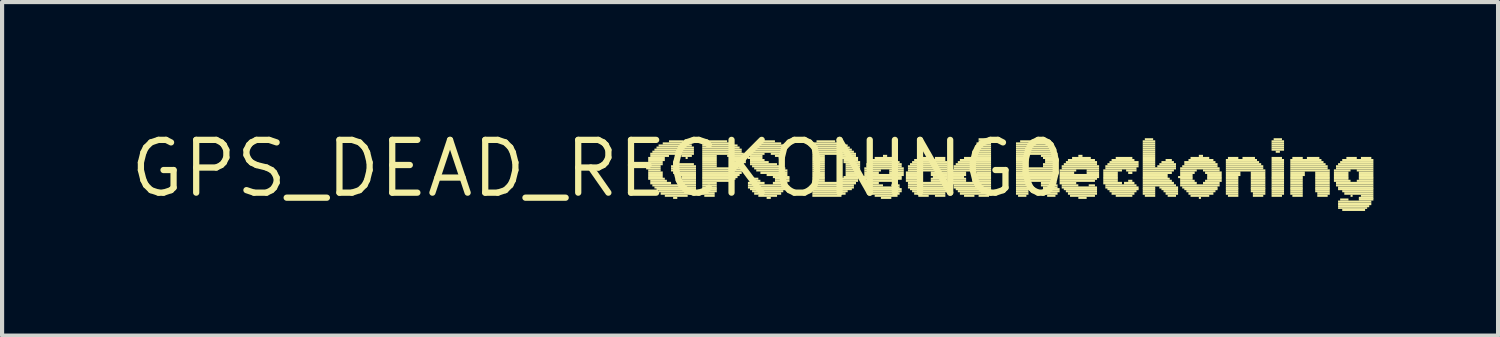
<source format=kicad_pcb>
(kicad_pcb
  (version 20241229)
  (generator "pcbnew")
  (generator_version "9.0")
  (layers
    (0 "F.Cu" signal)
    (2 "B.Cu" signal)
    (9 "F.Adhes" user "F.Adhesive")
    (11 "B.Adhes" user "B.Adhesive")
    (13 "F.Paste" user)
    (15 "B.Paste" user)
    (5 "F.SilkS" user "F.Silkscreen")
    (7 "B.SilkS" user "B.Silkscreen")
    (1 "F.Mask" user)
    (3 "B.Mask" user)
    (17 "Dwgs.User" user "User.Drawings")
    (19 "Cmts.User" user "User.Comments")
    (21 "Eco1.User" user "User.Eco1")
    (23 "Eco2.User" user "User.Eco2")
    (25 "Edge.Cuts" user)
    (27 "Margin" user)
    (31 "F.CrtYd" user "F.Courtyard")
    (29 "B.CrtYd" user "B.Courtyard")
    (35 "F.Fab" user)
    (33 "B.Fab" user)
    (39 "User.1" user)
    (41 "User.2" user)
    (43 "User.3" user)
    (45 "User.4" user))
  (footprint "GPS_DEAD_RECKONING0"
    (layer "F.Cu")
    (at 11.347 1.006)
    (property "Reference" "GPS_DEAD_RECKONING0" (at 0 0 0) (layer "F.SilkS") (effects (font (size 1.27 1.27) (thickness 0.15))))
    (attr through_hole)
    (fp_poly (pts (xy 1.15 0.02) (xy 1.5 0.02) (xy 1.5 -0.03) (xy 1.15 -0.03)) (stroke (width 0) (type solid)) (fill yes) (layer "F.SilkS"))
    (fp_poly (pts (xy 1.2 -0.23) (xy 1.6 -0.23) (xy 1.6 -0.28) (xy 1.2 -0.28)) (stroke (width 0) (type solid)) (fill yes) (layer "F.SilkS"))
    (fp_poly (pts (xy 1.2 -0.18) (xy 1.6 -0.18) (xy 1.6 -0.23) (xy 1.2 -0.23)) (stroke (width 0) (type solid)) (fill yes) (layer "F.SilkS"))
    (fp_poly (pts (xy 1.2 -0.13) (xy 1.55 -0.13) (xy 1.55 -0.18) (xy 1.2 -0.18)) (stroke (width 0) (type solid)) (fill yes) (layer "F.SilkS"))
    (fp_poly (pts (xy 1.2 -0.08) (xy 1.55 -0.08) (xy 1.55 -0.13) (xy 1.2 -0.13)) (stroke (width 0) (type solid)) (fill yes) (layer "F.SilkS"))
    (fp_poly (pts (xy 1.2 -0.03) (xy 1.5 -0.03) (xy 1.5 -0.08) (xy 1.2 -0.08)) (stroke (width 0) (type solid)) (fill yes) (layer "F.SilkS"))
    (fp_poly (pts (xy 1.2 0.07) (xy 1.5 0.07) (xy 1.5 0.02) (xy 1.2 0.02)) (stroke (width 0) (type solid)) (fill yes) (layer "F.SilkS"))
    (fp_poly (pts (xy 1.2 0.13) (xy 1.55 0.13) (xy 1.55 0.07) (xy 1.2 0.07)) (stroke (width 0) (type solid)) (fill yes) (layer "F.SilkS"))
    (fp_poly (pts (xy 1.2 0.18) (xy 1.55 0.18) (xy 1.55 0.13) (xy 1.2 0.13)) (stroke (width 0) (type solid)) (fill yes) (layer "F.SilkS"))
    (fp_poly (pts (xy 1.2 0.23) (xy 1.55 0.23) (xy 1.55 0.18) (xy 1.2 0.18)) (stroke (width 0) (type solid)) (fill yes) (layer "F.SilkS"))
    (fp_poly (pts (xy 1.2 0.27) (xy 1.6 0.27) (xy 1.6 0.22) (xy 1.2 0.22)) (stroke (width 0) (type solid)) (fill yes) (layer "F.SilkS"))
    (fp_poly (pts (xy 1.25 -0.33) (xy 2.3 -0.33) (xy 2.3 -0.38) (xy 1.25 -0.38)) (stroke (width 0) (type solid)) (fill yes) (layer "F.SilkS"))
    (fp_poly (pts (xy 1.25 -0.28) (xy 1.7 -0.28) (xy 1.7 -0.33) (xy 1.25 -0.33)) (stroke (width 0) (type solid)) (fill yes) (layer "F.SilkS"))
    (fp_poly (pts (xy 1.25 0.32) (xy 1.65 0.32) (xy 1.65 0.27) (xy 1.25 0.27)) (stroke (width 0) (type solid)) (fill yes) (layer "F.SilkS"))
    (fp_poly (pts (xy 1.25 0.38) (xy 1.75 0.38) (xy 1.75 0.32) (xy 1.25 0.32)) (stroke (width 0) (type solid)) (fill yes) (layer "F.SilkS"))
    (fp_poly (pts (xy 1.3 -0.38) (xy 2.3 -0.38) (xy 2.3 -0.43) (xy 1.3 -0.43)) (stroke (width 0) (type solid)) (fill yes) (layer "F.SilkS"))
    (fp_poly (pts (xy 1.3 0.43) (xy 2.35 0.43) (xy 2.35 0.38) (xy 1.3 0.38)) (stroke (width 0) (type solid)) (fill yes) (layer "F.SilkS"))
    (fp_poly (pts (xy 1.35 -0.43) (xy 2.3 -0.43) (xy 2.3 -0.48) (xy 1.35 -0.48)) (stroke (width 0) (type solid)) (fill yes) (layer "F.SilkS"))
    (fp_poly (pts (xy 1.35 0.48) (xy 2.35 0.48) (xy 2.35 0.43) (xy 1.35 0.43)) (stroke (width 0) (type solid)) (fill yes) (layer "F.SilkS"))
    (fp_poly (pts (xy 1.4 -0.48) (xy 2.3 -0.48) (xy 2.3 -0.53) (xy 1.4 -0.53)) (stroke (width 0) (type solid)) (fill yes) (layer "F.SilkS"))
    (fp_poly (pts (xy 1.4 0.52) (xy 2.35 0.52) (xy 2.35 0.47) (xy 1.4 0.47)) (stroke (width 0) (type solid)) (fill yes) (layer "F.SilkS"))
    (fp_poly (pts (xy 1.45 -0.53) (xy 2.25 -0.53) (xy 2.25 -0.58) (xy 1.45 -0.58)) (stroke (width 0) (type solid)) (fill yes) (layer "F.SilkS"))
    (fp_poly (pts (xy 1.45 0.57) (xy 2.3 0.57) (xy 2.3 0.52) (xy 1.45 0.52)) (stroke (width 0) (type solid)) (fill yes) (layer "F.SilkS"))
    (fp_poly (pts (xy 1.5 0.63) (xy 2.25 0.63) (xy 2.25 0.57) (xy 1.5 0.57)) (stroke (width 0) (type solid)) (fill yes) (layer "F.SilkS"))
    (fp_poly (pts (xy 1.55 -0.58) (xy 2.15 -0.58) (xy 2.15 -0.63) (xy 1.55 -0.63)) (stroke (width 0) (type solid)) (fill yes) (layer "F.SilkS"))
    (fp_poly (pts (xy 1.6 0.68) (xy 2.15 0.68) (xy 2.15 0.63) (xy 1.6 0.63)) (stroke (width 0) (type solid)) (fill yes) (layer "F.SilkS"))
    (fp_poly (pts (xy 1.7 -0.63) (xy 2.05 -0.63) (xy 2.05 -0.68) (xy 1.7 -0.68)) (stroke (width 0) (type solid)) (fill yes) (layer "F.SilkS"))
    (fp_poly (pts (xy 1.75 -0.03) (xy 2.35 -0.03) (xy 2.35 -0.08) (xy 1.75 -0.08)) (stroke (width 0) (type solid)) (fill yes) (layer "F.SilkS"))
    (fp_poly (pts (xy 1.75 0.02) (xy 2.35 0.02) (xy 2.35 -0.03) (xy 1.75 -0.03)) (stroke (width 0) (type solid)) (fill yes) (layer "F.SilkS"))
    (fp_poly (pts (xy 1.75 0.07) (xy 2.35 0.07) (xy 2.35 0.02) (xy 1.75 0.02)) (stroke (width 0) (type solid)) (fill yes) (layer "F.SilkS"))
    (fp_poly (pts (xy 1.8 -0.08) (xy 2.3 -0.08) (xy 2.3 -0.13) (xy 1.8 -0.13)) (stroke (width 0) (type solid)) (fill yes) (layer "F.SilkS"))
    (fp_poly (pts (xy 1.8 0.13) (xy 2.35 0.13) (xy 2.35 0.07) (xy 1.8 0.07)) (stroke (width 0) (type solid)) (fill yes) (layer "F.SilkS"))
    (fp_poly (pts (xy 1.8 0.73) (xy 1.9 0.73) (xy 1.9 0.68) (xy 1.8 0.68)) (stroke (width 0) (type solid)) (fill yes) (layer "F.SilkS"))
    (fp_poly (pts (xy 1.85 0.18) (xy 2.35 0.18) (xy 2.35 0.13) (xy 1.85 0.13)) (stroke (width 0) (type solid)) (fill yes) (layer "F.SilkS"))
    (fp_poly (pts (xy 2 -0.28) (xy 2.25 -0.28) (xy 2.25 -0.33) (xy 2 -0.33)) (stroke (width 0) (type solid)) (fill yes) (layer "F.SilkS"))
    (fp_poly (pts (xy 2 0.23) (xy 2.35 0.23) (xy 2.35 0.18) (xy 2 0.18)) (stroke (width 0) (type solid)) (fill yes) (layer "F.SilkS"))
    (fp_poly (pts (xy 2 0.27) (xy 2.35 0.27) (xy 2.35 0.22) (xy 2 0.22)) (stroke (width 0) (type solid)) (fill yes) (layer "F.SilkS"))
    (fp_poly (pts (xy 2 0.32) (xy 2.35 0.32) (xy 2.35 0.27) (xy 2 0.27)) (stroke (width 0) (type solid)) (fill yes) (layer "F.SilkS"))
    (fp_poly (pts (xy 2 0.38) (xy 2.35 0.38) (xy 2.35 0.32) (xy 2 0.32)) (stroke (width 0) (type solid)) (fill yes) (layer "F.SilkS"))
    (fp_poly (pts (xy 2.1 -0.23) (xy 2.15 -0.23) (xy 2.15 -0.28) (xy 2.1 -0.28)) (stroke (width 0) (type solid)) (fill yes) (layer "F.SilkS"))
    (fp_poly (pts (xy 2.5 -0.58) (xy 3.25 -0.58) (xy 3.25 -0.63) (xy 2.5 -0.63)) (stroke (width 0) (type solid)) (fill yes) (layer "F.SilkS"))
    (fp_poly (pts (xy 2.5 -0.53) (xy 3.35 -0.53) (xy 3.35 -0.58) (xy 2.5 -0.58)) (stroke (width 0) (type solid)) (fill yes) (layer "F.SilkS"))
    (fp_poly (pts (xy 2.5 -0.48) (xy 3.4 -0.48) (xy 3.4 -0.53) (xy 2.5 -0.53)) (stroke (width 0) (type solid)) (fill yes) (layer "F.SilkS"))
    (fp_poly (pts (xy 2.5 -0.43) (xy 3.45 -0.43) (xy 3.45 -0.48) (xy 2.5 -0.48)) (stroke (width 0) (type solid)) (fill yes) (layer "F.SilkS"))
    (fp_poly (pts (xy 2.5 -0.38) (xy 3.45 -0.38) (xy 3.45 -0.43) (xy 2.5 -0.43)) (stroke (width 0) (type solid)) (fill yes) (layer "F.SilkS"))
    (fp_poly (pts (xy 2.5 -0.33) (xy 3.5 -0.33) (xy 3.5 -0.38) (xy 2.5 -0.38)) (stroke (width 0) (type solid)) (fill yes) (layer "F.SilkS"))
    (fp_poly (pts (xy 2.5 -0.28) (xy 2.85 -0.28) (xy 2.85 -0.33) (xy 2.5 -0.33)) (stroke (width 0) (type solid)) (fill yes) (layer "F.SilkS"))
    (fp_poly (pts (xy 2.5 -0.23) (xy 2.85 -0.23) (xy 2.85 -0.28) (xy 2.5 -0.28)) (stroke (width 0) (type solid)) (fill yes) (layer "F.SilkS"))
    (fp_poly (pts (xy 2.5 -0.18) (xy 2.85 -0.18) (xy 2.85 -0.23) (xy 2.5 -0.23)) (stroke (width 0) (type solid)) (fill yes) (layer "F.SilkS"))
    (fp_poly (pts (xy 2.5 -0.13) (xy 2.85 -0.13) (xy 2.85 -0.18) (xy 2.5 -0.18)) (stroke (width 0) (type solid)) (fill yes) (layer "F.SilkS"))
    (fp_poly (pts (xy 2.5 -0.08) (xy 2.85 -0.08) (xy 2.85 -0.13) (xy 2.5 -0.13)) (stroke (width 0) (type solid)) (fill yes) (layer "F.SilkS"))
    (fp_poly (pts (xy 2.5 -0.03) (xy 2.85 -0.03) (xy 2.85 -0.08) (xy 2.5 -0.08)) (stroke (width 0) (type solid)) (fill yes) (layer "F.SilkS"))
    (fp_poly (pts (xy 2.5 0.02) (xy 3.5 0.02) (xy 3.5 -0.03) (xy 2.5 -0.03)) (stroke (width 0) (type solid)) (fill yes) (layer "F.SilkS"))
    (fp_poly (pts (xy 2.5 0.07) (xy 3.5 0.07) (xy 3.5 0.02) (xy 2.5 0.02)) (stroke (width 0) (type solid)) (fill yes) (layer "F.SilkS"))
    (fp_poly (pts (xy 2.5 0.13) (xy 3.45 0.13) (xy 3.45 0.07) (xy 2.5 0.07)) (stroke (width 0) (type solid)) (fill yes) (layer "F.SilkS"))
    (fp_poly (pts (xy 2.5 0.18) (xy 3.4 0.18) (xy 3.4 0.13) (xy 2.5 0.13)) (stroke (width 0) (type solid)) (fill yes) (layer "F.SilkS"))
    (fp_poly (pts (xy 2.5 0.23) (xy 3.35 0.23) (xy 3.35 0.18) (xy 2.5 0.18)) (stroke (width 0) (type solid)) (fill yes) (layer "F.SilkS"))
    (fp_poly (pts (xy 2.5 0.27) (xy 3.3 0.27) (xy 3.3 0.22) (xy 2.5 0.22)) (stroke (width 0) (type solid)) (fill yes) (layer "F.SilkS"))
    (fp_poly (pts (xy 2.5 0.32) (xy 3.15 0.32) (xy 3.15 0.27) (xy 2.5 0.27)) (stroke (width 0) (type solid)) (fill yes) (layer "F.SilkS"))
    (fp_poly (pts (xy 2.5 0.38) (xy 2.85 0.38) (xy 2.85 0.32) (xy 2.5 0.32)) (stroke (width 0) (type solid)) (fill yes) (layer "F.SilkS"))
    (fp_poly (pts (xy 2.5 0.43) (xy 2.85 0.43) (xy 2.85 0.38) (xy 2.5 0.38)) (stroke (width 0) (type solid)) (fill yes) (layer "F.SilkS"))
    (fp_poly (pts (xy 2.5 0.48) (xy 2.85 0.48) (xy 2.85 0.43) (xy 2.5 0.43)) (stroke (width 0) (type solid)) (fill yes) (layer "F.SilkS"))
    (fp_poly (pts (xy 2.5 0.52) (xy 2.85 0.52) (xy 2.85 0.47) (xy 2.5 0.47)) (stroke (width 0) (type solid)) (fill yes) (layer "F.SilkS"))
    (fp_poly (pts (xy 2.5 0.57) (xy 2.85 0.57) (xy 2.85 0.52) (xy 2.5 0.52)) (stroke (width 0) (type solid)) (fill yes) (layer "F.SilkS"))
    (fp_poly (pts (xy 2.5 0.63) (xy 2.8 0.63) (xy 2.8 0.57) (xy 2.5 0.57)) (stroke (width 0) (type solid)) (fill yes) (layer "F.SilkS"))
    (fp_poly (pts (xy 2.55 0.68) (xy 2.8 0.68) (xy 2.8 0.63) (xy 2.55 0.63)) (stroke (width 0) (type solid)) (fill yes) (layer "F.SilkS"))
    (fp_poly (pts (xy 2.6 -0.63) (xy 3.1 -0.63) (xy 3.1 -0.68) (xy 2.6 -0.68)) (stroke (width 0) (type solid)) (fill yes) (layer "F.SilkS"))
    (fp_poly (pts (xy 3.1 -0.28) (xy 3.5 -0.28) (xy 3.5 -0.33) (xy 3.1 -0.33)) (stroke (width 0) (type solid)) (fill yes) (layer "F.SilkS"))
    (fp_poly (pts (xy 3.15 -0.23) (xy 3.5 -0.23) (xy 3.5 -0.28) (xy 3.15 -0.28)) (stroke (width 0) (type solid)) (fill yes) (layer "F.SilkS"))
    (fp_poly (pts (xy 3.15 -0.03) (xy 3.5 -0.03) (xy 3.5 -0.08) (xy 3.15 -0.08)) (stroke (width 0) (type solid)) (fill yes) (layer "F.SilkS"))
    (fp_poly (pts (xy 3.2 -0.18) (xy 3.55 -0.18) (xy 3.55 -0.23) (xy 3.2 -0.23)) (stroke (width 0) (type solid)) (fill yes) (layer "F.SilkS"))
    (fp_poly (pts (xy 3.2 -0.13) (xy 3.55 -0.13) (xy 3.55 -0.18) (xy 3.2 -0.18)) (stroke (width 0) (type solid)) (fill yes) (layer "F.SilkS"))
    (fp_poly (pts (xy 3.2 -0.08) (xy 3.5 -0.08) (xy 3.5 -0.13) (xy 3.2 -0.13)) (stroke (width 0) (type solid)) (fill yes) (layer "F.SilkS"))
    (fp_poly (pts (xy 3.6 -0.23) (xy 3.95 -0.23) (xy 3.95 -0.28) (xy 3.6 -0.28)) (stroke (width 0) (type solid)) (fill yes) (layer "F.SilkS"))
    (fp_poly (pts (xy 3.6 0.38) (xy 4 0.38) (xy 4 0.32) (xy 3.6 0.32)) (stroke (width 0) (type solid)) (fill yes) (layer "F.SilkS"))
    (fp_poly (pts (xy 3.6 0.43) (xy 4.55 0.43) (xy 4.55 0.38) (xy 3.6 0.38)) (stroke (width 0) (type solid)) (fill yes) (layer "F.SilkS"))
    (fp_poly (pts (xy 3.6 0.48) (xy 4.55 0.48) (xy 4.55 0.43) (xy 3.6 0.43)) (stroke (width 0) (type solid)) (fill yes) (layer "F.SilkS"))
    (fp_poly (pts (xy 3.65 -0.43) (xy 4.5 -0.43) (xy 4.5 -0.48) (xy 3.65 -0.48)) (stroke (width 0) (type solid)) (fill yes) (layer "F.SilkS"))
    (fp_poly (pts (xy 3.65 -0.38) (xy 4.5 -0.38) (xy 4.5 -0.43) (xy 3.65 -0.43)) (stroke (width 0) (type solid)) (fill yes) (layer "F.SilkS"))
    (fp_poly (pts (xy 3.65 -0.33) (xy 4 -0.33) (xy 4 -0.38) (xy 3.65 -0.38)) (stroke (width 0) (type solid)) (fill yes) (layer "F.SilkS"))
    (fp_poly (pts (xy 3.65 -0.28) (xy 3.95 -0.28) (xy 3.95 -0.33) (xy 3.65 -0.33)) (stroke (width 0) (type solid)) (fill yes) (layer "F.SilkS"))
    (fp_poly (pts (xy 3.65 -0.18) (xy 4 -0.18) (xy 4 -0.23) (xy 3.65 -0.23)) (stroke (width 0) (type solid)) (fill yes) (layer "F.SilkS"))
    (fp_poly (pts (xy 3.65 -0.13) (xy 4.1 -0.13) (xy 4.1 -0.18) (xy 3.65 -0.18)) (stroke (width 0) (type solid)) (fill yes) (layer "F.SilkS"))
    (fp_poly (pts (xy 3.65 -0.08) (xy 4.3 -0.08) (xy 4.3 -0.13) (xy 3.65 -0.13)) (stroke (width 0) (type solid)) (fill yes) (layer "F.SilkS"))
    (fp_poly (pts (xy 3.65 0.32) (xy 3.9 0.32) (xy 3.9 0.27) (xy 3.65 0.27)) (stroke (width 0) (type solid)) (fill yes) (layer "F.SilkS"))
    (fp_poly (pts (xy 3.65 0.52) (xy 4.5 0.52) (xy 4.5 0.47) (xy 3.65 0.47)) (stroke (width 0) (type solid)) (fill yes) (layer "F.SilkS"))
    (fp_poly (pts (xy 3.7 -0.48) (xy 4.5 -0.48) (xy 4.5 -0.53) (xy 3.7 -0.53)) (stroke (width 0) (type solid)) (fill yes) (layer "F.SilkS"))
    (fp_poly (pts (xy 3.7 -0.03) (xy 4.45 -0.03) (xy 4.45 -0.08) (xy 3.7 -0.08)) (stroke (width 0) (type solid)) (fill yes) (layer "F.SilkS"))
    (fp_poly (pts (xy 3.7 0.27) (xy 3.85 0.27) (xy 3.85 0.22) (xy 3.7 0.22)) (stroke (width 0) (type solid)) (fill yes) (layer "F.SilkS"))
    (fp_poly (pts (xy 3.7 0.57) (xy 4.45 0.57) (xy 4.45 0.52) (xy 3.7 0.52)) (stroke (width 0) (type solid)) (fill yes) (layer "F.SilkS"))
    (fp_poly (pts (xy 3.75 -0.53) (xy 4.45 -0.53) (xy 4.45 -0.58) (xy 3.75 -0.58)) (stroke (width 0) (type solid)) (fill yes) (layer "F.SilkS"))
    (fp_poly (pts (xy 3.75 0.02) (xy 4.5 0.02) (xy 4.5 -0.03) (xy 3.75 -0.03)) (stroke (width 0) (type solid)) (fill yes) (layer "F.SilkS"))
    (fp_poly (pts (xy 3.75 0.63) (xy 4.4 0.63) (xy 4.4 0.57) (xy 3.75 0.57)) (stroke (width 0) (type solid)) (fill yes) (layer "F.SilkS"))
    (fp_poly (pts (xy 3.8 -0.58) (xy 4.4 -0.58) (xy 4.4 -0.63) (xy 3.8 -0.63)) (stroke (width 0) (type solid)) (fill yes) (layer "F.SilkS"))
    (fp_poly (pts (xy 3.8 0.07) (xy 4.55 0.07) (xy 4.55 0.02) (xy 3.8 0.02)) (stroke (width 0) (type solid)) (fill yes) (layer "F.SilkS"))
    (fp_poly (pts (xy 3.85 0.68) (xy 4.3 0.68) (xy 4.3 0.63) (xy 3.85 0.63)) (stroke (width 0) (type solid)) (fill yes) (layer "F.SilkS"))
    (fp_poly (pts (xy 3.9 -0.63) (xy 4.25 -0.63) (xy 4.25 -0.68) (xy 3.9 -0.68)) (stroke (width 0) (type solid)) (fill yes) (layer "F.SilkS"))
    (fp_poly (pts (xy 3.9 0.13) (xy 4.55 0.13) (xy 4.55 0.07) (xy 3.9 0.07)) (stroke (width 0) (type solid)) (fill yes) (layer "F.SilkS"))
    (fp_poly (pts (xy 4.05 0.18) (xy 4.55 0.18) (xy 4.55 0.13) (xy 4.05 0.13)) (stroke (width 0) (type solid)) (fill yes) (layer "F.SilkS"))
    (fp_poly (pts (xy 4.05 0.73) (xy 4.15 0.73) (xy 4.15 0.68) (xy 4.05 0.68)) (stroke (width 0) (type solid)) (fill yes) (layer "F.SilkS"))
    (fp_poly (pts (xy 4.15 -0.33) (xy 4.45 -0.33) (xy 4.45 -0.38) (xy 4.15 -0.38)) (stroke (width 0) (type solid)) (fill yes) (layer "F.SilkS"))
    (fp_poly (pts (xy 4.2 0.23) (xy 4.6 0.23) (xy 4.6 0.18) (xy 4.2 0.18)) (stroke (width 0) (type solid)) (fill yes) (layer "F.SilkS"))
    (fp_poly (pts (xy 4.2 0.38) (xy 4.55 0.38) (xy 4.55 0.32) (xy 4.2 0.32)) (stroke (width 0) (type solid)) (fill yes) (layer "F.SilkS"))
    (fp_poly (pts (xy 4.25 -0.28) (xy 4.4 -0.28) (xy 4.4 -0.33) (xy 4.25 -0.33)) (stroke (width 0) (type solid)) (fill yes) (layer "F.SilkS"))
    (fp_poly (pts (xy 4.25 0.27) (xy 4.6 0.27) (xy 4.6 0.22) (xy 4.25 0.22)) (stroke (width 0) (type solid)) (fill yes) (layer "F.SilkS"))
    (fp_poly (pts (xy 4.25 0.32) (xy 4.6 0.32) (xy 4.6 0.27) (xy 4.25 0.27)) (stroke (width 0) (type solid)) (fill yes) (layer "F.SilkS"))
    (fp_poly (pts (xy 5.15 -0.58) (xy 5.9 -0.58) (xy 5.9 -0.63) (xy 5.15 -0.63)) (stroke (width 0) (type solid)) (fill yes) (layer "F.SilkS"))
    (fp_poly (pts (xy 5.15 -0.53) (xy 6 -0.53) (xy 6 -0.58) (xy 5.15 -0.58)) (stroke (width 0) (type solid)) (fill yes) (layer "F.SilkS"))
    (fp_poly (pts (xy 5.15 -0.48) (xy 6.05 -0.48) (xy 6.05 -0.53) (xy 5.15 -0.53)) (stroke (width 0) (type solid)) (fill yes) (layer "F.SilkS"))
    (fp_poly (pts (xy 5.15 -0.43) (xy 6.1 -0.43) (xy 6.1 -0.48) (xy 5.15 -0.48)) (stroke (width 0) (type solid)) (fill yes) (layer "F.SilkS"))
    (fp_poly (pts (xy 5.15 -0.38) (xy 6.15 -0.38) (xy 6.15 -0.43) (xy 5.15 -0.43)) (stroke (width 0) (type solid)) (fill yes) (layer "F.SilkS"))
    (fp_poly (pts (xy 5.15 -0.33) (xy 6.2 -0.33) (xy 6.2 -0.38) (xy 5.15 -0.38)) (stroke (width 0) (type solid)) (fill yes) (layer "F.SilkS"))
    (fp_poly (pts (xy 5.15 -0.28) (xy 5.45 -0.28) (xy 5.45 -0.33) (xy 5.15 -0.33)) (stroke (width 0) (type solid)) (fill yes) (layer "F.SilkS"))
    (fp_poly (pts (xy 5.15 -0.23) (xy 5.45 -0.23) (xy 5.45 -0.28) (xy 5.15 -0.28)) (stroke (width 0) (type solid)) (fill yes) (layer "F.SilkS"))
    (fp_poly (pts (xy 5.15 -0.18) (xy 5.45 -0.18) (xy 5.45 -0.23) (xy 5.15 -0.23)) (stroke (width 0) (type solid)) (fill yes) (layer "F.SilkS"))
    (fp_poly (pts (xy 5.15 -0.13) (xy 5.45 -0.13) (xy 5.45 -0.18) (xy 5.15 -0.18)) (stroke (width 0) (type solid)) (fill yes) (layer "F.SilkS"))
    (fp_poly (pts (xy 5.15 -0.08) (xy 5.45 -0.08) (xy 5.45 -0.13) (xy 5.15 -0.13)) (stroke (width 0) (type solid)) (fill yes) (layer "F.SilkS"))
    (fp_poly (pts (xy 5.15 -0.03) (xy 5.45 -0.03) (xy 5.45 -0.08) (xy 5.15 -0.08)) (stroke (width 0) (type solid)) (fill yes) (layer "F.SilkS"))
    (fp_poly (pts (xy 5.15 0.02) (xy 5.45 0.02) (xy 5.45 -0.03) (xy 5.15 -0.03)) (stroke (width 0) (type solid)) (fill yes) (layer "F.SilkS"))
    (fp_poly (pts (xy 5.15 0.07) (xy 5.45 0.07) (xy 5.45 0.02) (xy 5.15 0.02)) (stroke (width 0) (type solid)) (fill yes) (layer "F.SilkS"))
    (fp_poly (pts (xy 5.15 0.13) (xy 5.45 0.13) (xy 5.45 0.07) (xy 5.15 0.07)) (stroke (width 0) (type solid)) (fill yes) (layer "F.SilkS"))
    (fp_poly (pts (xy 5.15 0.18) (xy 5.45 0.18) (xy 5.45 0.13) (xy 5.15 0.13)) (stroke (width 0) (type solid)) (fill yes) (layer "F.SilkS"))
    (fp_poly (pts (xy 5.15 0.23) (xy 5.45 0.23) (xy 5.45 0.18) (xy 5.15 0.18)) (stroke (width 0) (type solid)) (fill yes) (layer "F.SilkS"))
    (fp_poly (pts (xy 5.15 0.27) (xy 5.45 0.27) (xy 5.45 0.22) (xy 5.15 0.22)) (stroke (width 0) (type solid)) (fill yes) (layer "F.SilkS"))
    (fp_poly (pts (xy 5.15 0.32) (xy 5.45 0.32) (xy 5.45 0.27) (xy 5.15 0.27)) (stroke (width 0) (type solid)) (fill yes) (layer "F.SilkS"))
    (fp_poly (pts (xy 5.15 0.38) (xy 6.2 0.38) (xy 6.2 0.32) (xy 5.15 0.32)) (stroke (width 0) (type solid)) (fill yes) (layer "F.SilkS"))
    (fp_poly (pts (xy 5.15 0.43) (xy 6.15 0.43) (xy 6.15 0.38) (xy 5.15 0.38)) (stroke (width 0) (type solid)) (fill yes) (layer "F.SilkS"))
    (fp_poly (pts (xy 5.15 0.48) (xy 6.15 0.48) (xy 6.15 0.43) (xy 5.15 0.43)) (stroke (width 0) (type solid)) (fill yes) (layer "F.SilkS"))
    (fp_poly (pts (xy 5.15 0.52) (xy 6.1 0.52) (xy 6.1 0.47) (xy 5.15 0.47)) (stroke (width 0) (type solid)) (fill yes) (layer "F.SilkS"))
    (fp_poly (pts (xy 5.15 0.57) (xy 6 0.57) (xy 6 0.52) (xy 5.15 0.52)) (stroke (width 0) (type solid)) (fill yes) (layer "F.SilkS"))
    (fp_poly (pts (xy 5.15 0.63) (xy 5.95 0.63) (xy 5.95 0.57) (xy 5.15 0.57)) (stroke (width 0) (type solid)) (fill yes) (layer "F.SilkS"))
    (fp_poly (pts (xy 5.15 0.68) (xy 5.85 0.68) (xy 5.85 0.63) (xy 5.15 0.63)) (stroke (width 0) (type solid)) (fill yes) (layer "F.SilkS"))
    (fp_poly (pts (xy 5.25 -0.63) (xy 5.7 -0.63) (xy 5.7 -0.68) (xy 5.25 -0.68)) (stroke (width 0) (type solid)) (fill yes) (layer "F.SilkS"))
    (fp_poly (pts (xy 5.75 -0.28) (xy 6.2 -0.28) (xy 6.2 -0.33) (xy 5.75 -0.33)) (stroke (width 0) (type solid)) (fill yes) (layer "F.SilkS"))
    (fp_poly (pts (xy 5.8 0.32) (xy 6.25 0.32) (xy 6.25 0.27) (xy 5.8 0.27)) (stroke (width 0) (type solid)) (fill yes) (layer "F.SilkS"))
    (fp_poly (pts (xy 5.85 -0.23) (xy 6.25 -0.23) (xy 6.25 -0.28) (xy 5.85 -0.28)) (stroke (width 0) (type solid)) (fill yes) (layer "F.SilkS"))
    (fp_poly (pts (xy 5.85 0.27) (xy 6.25 0.27) (xy 6.25 0.22) (xy 5.85 0.22)) (stroke (width 0) (type solid)) (fill yes) (layer "F.SilkS"))
    (fp_poly (pts (xy 5.9 -0.18) (xy 6.25 -0.18) (xy 6.25 -0.23) (xy 5.9 -0.23)) (stroke (width 0) (type solid)) (fill yes) (layer "F.SilkS"))
    (fp_poly (pts (xy 5.9 -0.13) (xy 6.3 -0.13) (xy 6.3 -0.18) (xy 5.9 -0.18)) (stroke (width 0) (type solid)) (fill yes) (layer "F.SilkS"))
    (fp_poly (pts (xy 5.9 0.23) (xy 6.25 0.23) (xy 6.25 0.18) (xy 5.9 0.18)) (stroke (width 0) (type solid)) (fill yes) (layer "F.SilkS"))
    (fp_poly (pts (xy 5.95 -0.08) (xy 6.3 -0.08) (xy 6.3 -0.13) (xy 5.95 -0.13)) (stroke (width 0) (type solid)) (fill yes) (layer "F.SilkS"))
    (fp_poly (pts (xy 5.95 -0.03) (xy 6.3 -0.03) (xy 6.3 -0.08) (xy 5.95 -0.08)) (stroke (width 0) (type solid)) (fill yes) (layer "F.SilkS"))
    (fp_poly (pts (xy 5.95 0.02) (xy 6.3 0.02) (xy 6.3 -0.03) (xy 5.95 -0.03)) (stroke (width 0) (type solid)) (fill yes) (layer "F.SilkS"))
    (fp_poly (pts (xy 5.95 0.07) (xy 6.3 0.07) (xy 6.3 0.02) (xy 5.95 0.02)) (stroke (width 0) (type solid)) (fill yes) (layer "F.SilkS"))
    (fp_poly (pts (xy 5.95 0.13) (xy 6.3 0.13) (xy 6.3 0.07) (xy 5.95 0.07)) (stroke (width 0) (type solid)) (fill yes) (layer "F.SilkS"))
    (fp_poly (pts (xy 5.95 0.18) (xy 6.3 0.18) (xy 6.3 0.13) (xy 5.95 0.13)) (stroke (width 0) (type solid)) (fill yes) (layer "F.SilkS"))
    (fp_poly (pts (xy 6.35 0.23) (xy 7.3 0.23) (xy 7.3 0.18) (xy 6.35 0.18)) (stroke (width 0) (type solid)) (fill yes) (layer "F.SilkS"))
    (fp_poly (pts (xy 6.4 0.02) (xy 7.35 0.02) (xy 7.35 -0.03) (xy 6.4 -0.03)) (stroke (width 0) (type solid)) (fill yes) (layer "F.SilkS"))
    (fp_poly (pts (xy 6.4 0.07) (xy 6.8 0.07) (xy 6.8 0.02) (xy 6.4 0.02)) (stroke (width 0) (type solid)) (fill yes) (layer "F.SilkS"))
    (fp_poly (pts (xy 6.4 0.13) (xy 6.75 0.13) (xy 6.75 0.07) (xy 6.4 0.07)) (stroke (width 0) (type solid)) (fill yes) (layer "F.SilkS"))
    (fp_poly (pts (xy 6.4 0.18) (xy 7.35 0.18) (xy 7.35 0.13) (xy 6.4 0.13)) (stroke (width 0) (type solid)) (fill yes) (layer "F.SilkS"))
    (fp_poly (pts (xy 6.4 0.27) (xy 7.3 0.27) (xy 7.3 0.22) (xy 6.4 0.22)) (stroke (width 0) (type solid)) (fill yes) (layer "F.SilkS"))
    (fp_poly (pts (xy 6.4 0.32) (xy 7.2 0.32) (xy 7.2 0.27) (xy 6.4 0.27)) (stroke (width 0) (type solid)) (fill yes) (layer "F.SilkS"))
    (fp_poly (pts (xy 6.4 0.38) (xy 6.75 0.38) (xy 6.75 0.32) (xy 6.4 0.32)) (stroke (width 0) (type solid)) (fill yes) (layer "F.SilkS"))
    (fp_poly (pts (xy 6.4 0.43) (xy 6.85 0.43) (xy 6.85 0.38) (xy 6.4 0.38)) (stroke (width 0) (type solid)) (fill yes) (layer "F.SilkS"))
    (fp_poly (pts (xy 6.45 -0.08) (xy 7.3 -0.08) (xy 7.3 -0.13) (xy 6.45 -0.13)) (stroke (width 0) (type solid)) (fill yes) (layer "F.SilkS"))
    (fp_poly (pts (xy 6.45 -0.03) (xy 7.3 -0.03) (xy 7.3 -0.08) (xy 6.45 -0.08)) (stroke (width 0) (type solid)) (fill yes) (layer "F.SilkS"))
    (fp_poly (pts (xy 6.45 0.48) (xy 7.25 0.48) (xy 7.25 0.43) (xy 6.45 0.43)) (stroke (width 0) (type solid)) (fill yes) (layer "F.SilkS"))
    (fp_poly (pts (xy 6.45 0.52) (xy 7.3 0.52) (xy 7.3 0.47) (xy 6.45 0.47)) (stroke (width 0) (type solid)) (fill yes) (layer "F.SilkS"))
    (fp_poly (pts (xy 6.5 -0.13) (xy 7.25 -0.13) (xy 7.25 -0.18) (xy 6.5 -0.18)) (stroke (width 0) (type solid)) (fill yes) (layer "F.SilkS"))
    (fp_poly (pts (xy 6.5 0.57) (xy 7.3 0.57) (xy 7.3 0.52) (xy 6.5 0.52)) (stroke (width 0) (type solid)) (fill yes) (layer "F.SilkS"))
    (fp_poly (pts (xy 6.55 -0.18) (xy 7.2 -0.18) (xy 7.2 -0.23) (xy 6.55 -0.23)) (stroke (width 0) (type solid)) (fill yes) (layer "F.SilkS"))
    (fp_poly (pts (xy 6.55 0.63) (xy 7.25 0.63) (xy 7.25 0.57) (xy 6.55 0.57)) (stroke (width 0) (type solid)) (fill yes) (layer "F.SilkS"))
    (fp_poly (pts (xy 6.65 -0.23) (xy 7.15 -0.23) (xy 7.15 -0.28) (xy 6.65 -0.28)) (stroke (width 0) (type solid)) (fill yes) (layer "F.SilkS"))
    (fp_poly (pts (xy 6.65 0.68) (xy 7.2 0.68) (xy 7.2 0.63) (xy 6.65 0.63)) (stroke (width 0) (type solid)) (fill yes) (layer "F.SilkS"))
    (fp_poly (pts (xy 6.8 0.73) (xy 7.05 0.73) (xy 7.05 0.68) (xy 6.8 0.68)) (stroke (width 0) (type solid)) (fill yes) (layer "F.SilkS"))
    (fp_poly (pts (xy 6.85 -0.28) (xy 6.95 -0.28) (xy 6.95 -0.33) (xy 6.85 -0.33)) (stroke (width 0) (type solid)) (fill yes) (layer "F.SilkS"))
    (fp_poly (pts (xy 7 0.07) (xy 7.35 0.07) (xy 7.35 0.02) (xy 7 0.02)) (stroke (width 0) (type solid)) (fill yes) (layer "F.SilkS"))
    (fp_poly (pts (xy 7 0.13) (xy 7.35 0.13) (xy 7.35 0.07) (xy 7 0.07)) (stroke (width 0) (type solid)) (fill yes) (layer "F.SilkS"))
    (fp_poly (pts (xy 7.05 0.43) (xy 7.25 0.43) (xy 7.25 0.38) (xy 7.05 0.38)) (stroke (width 0) (type solid)) (fill yes) (layer "F.SilkS"))
    (fp_poly (pts (xy 7.4 0.13) (xy 7.8 0.13) (xy 7.8 0.07) (xy 7.4 0.07)) (stroke (width 0) (type solid)) (fill yes) (layer "F.SilkS"))
    (fp_poly (pts (xy 7.4 0.18) (xy 7.75 0.18) (xy 7.75 0.13) (xy 7.4 0.13)) (stroke (width 0) (type solid)) (fill yes) (layer "F.SilkS"))
    (fp_poly (pts (xy 7.4 0.23) (xy 7.75 0.23) (xy 7.75 0.18) (xy 7.4 0.18)) (stroke (width 0) (type solid)) (fill yes) (layer "F.SilkS"))
    (fp_poly (pts (xy 7.4 0.27) (xy 7.75 0.27) (xy 7.75 0.22) (xy 7.4 0.22)) (stroke (width 0) (type solid)) (fill yes) (layer "F.SilkS"))
    (fp_poly (pts (xy 7.4 0.32) (xy 7.8 0.32) (xy 7.8 0.27) (xy 7.4 0.27)) (stroke (width 0) (type solid)) (fill yes) (layer "F.SilkS"))
    (fp_poly (pts (xy 7.45 -0.03) (xy 8.4 -0.03) (xy 8.4 -0.08) (xy 7.45 -0.08)) (stroke (width 0) (type solid)) (fill yes) (layer "F.SilkS"))
    (fp_poly (pts (xy 7.45 0.02) (xy 8.4 0.02) (xy 8.4 -0.03) (xy 7.45 -0.03)) (stroke (width 0) (type solid)) (fill yes) (layer "F.SilkS"))
    (fp_poly (pts (xy 7.45 0.07) (xy 8.4 0.07) (xy 8.4 0.02) (xy 7.45 0.02)) (stroke (width 0) (type solid)) (fill yes) (layer "F.SilkS"))
    (fp_poly (pts (xy 7.45 0.38) (xy 8.4 0.38) (xy 8.4 0.32) (xy 7.45 0.32)) (stroke (width 0) (type solid)) (fill yes) (layer "F.SilkS"))
    (fp_poly (pts (xy 7.45 0.43) (xy 8.4 0.43) (xy 8.4 0.38) (xy 7.45 0.38)) (stroke (width 0) (type solid)) (fill yes) (layer "F.SilkS"))
    (fp_poly (pts (xy 7.45 0.48) (xy 8.4 0.48) (xy 8.4 0.43) (xy 7.45 0.43)) (stroke (width 0) (type solid)) (fill yes) (layer "F.SilkS"))
    (fp_poly (pts (xy 7.5 -0.08) (xy 8.4 -0.08) (xy 8.4 -0.13) (xy 7.5 -0.13)) (stroke (width 0) (type solid)) (fill yes) (layer "F.SilkS"))
    (fp_poly (pts (xy 7.5 0.52) (xy 8.4 0.52) (xy 8.4 0.47) (xy 7.5 0.47)) (stroke (width 0) (type solid)) (fill yes) (layer "F.SilkS"))
    (fp_poly (pts (xy 7.55 -0.13) (xy 8.4 -0.13) (xy 8.4 -0.18) (xy 7.55 -0.18)) (stroke (width 0) (type solid)) (fill yes) (layer "F.SilkS"))
    (fp_poly (pts (xy 7.55 0.57) (xy 8.4 0.57) (xy 8.4 0.52) (xy 7.55 0.52)) (stroke (width 0) (type solid)) (fill yes) (layer "F.SilkS"))
    (fp_poly (pts (xy 7.6 -0.18) (xy 8.35 -0.18) (xy 8.35 -0.23) (xy 7.6 -0.23)) (stroke (width 0) (type solid)) (fill yes) (layer "F.SilkS"))
    (fp_poly (pts (xy 7.6 0.63) (xy 8.35 0.63) (xy 8.35 0.57) (xy 7.6 0.57)) (stroke (width 0) (type solid)) (fill yes) (layer "F.SilkS"))
    (fp_poly (pts (xy 7.7 -0.23) (xy 7.95 -0.23) (xy 7.95 -0.28) (xy 7.7 -0.28)) (stroke (width 0) (type solid)) (fill yes) (layer "F.SilkS"))
    (fp_poly (pts (xy 7.7 0.68) (xy 7.95 0.68) (xy 7.95 0.63) (xy 7.7 0.63)) (stroke (width 0) (type solid)) (fill yes) (layer "F.SilkS"))
    (fp_poly (pts (xy 8 0.13) (xy 8.4 0.13) (xy 8.4 0.07) (xy 8 0.07)) (stroke (width 0) (type solid)) (fill yes) (layer "F.SilkS"))
    (fp_poly (pts (xy 8 0.18) (xy 8.4 0.18) (xy 8.4 0.13) (xy 8 0.13)) (stroke (width 0) (type solid)) (fill yes) (layer "F.SilkS"))
    (fp_poly (pts (xy 8 0.27) (xy 8.4 0.27) (xy 8.4 0.22) (xy 8 0.22)) (stroke (width 0) (type solid)) (fill yes) (layer "F.SilkS"))
    (fp_poly (pts (xy 8 0.32) (xy 8.4 0.32) (xy 8.4 0.27) (xy 8 0.27)) (stroke (width 0) (type solid)) (fill yes) (layer "F.SilkS"))
    (fp_poly (pts (xy 8.05 0.23) (xy 8.4 0.23) (xy 8.4 0.18) (xy 8.05 0.18)) (stroke (width 0) (type solid)) (fill yes) (layer "F.SilkS"))
    (fp_poly (pts (xy 8.1 -0.23) (xy 8.35 -0.23) (xy 8.35 -0.28) (xy 8.1 -0.28)) (stroke (width 0) (type solid)) (fill yes) (layer "F.SilkS"))
    (fp_poly (pts (xy 8.1 0.68) (xy 8.35 0.68) (xy 8.35 0.63) (xy 8.1 0.63)) (stroke (width 0) (type solid)) (fill yes) (layer "F.SilkS"))
    (fp_poly (pts (xy 8.5 0.07) (xy 9.45 0.07) (xy 9.45 0.02) (xy 8.5 0.02)) (stroke (width 0) (type solid)) (fill yes) (layer "F.SilkS"))
    (fp_poly (pts (xy 8.5 0.13) (xy 8.85 0.13) (xy 8.85 0.07) (xy 8.5 0.07)) (stroke (width 0) (type solid)) (fill yes) (layer "F.SilkS"))
    (fp_poly (pts (xy 8.5 0.18) (xy 8.85 0.18) (xy 8.85 0.13) (xy 8.5 0.13)) (stroke (width 0) (type solid)) (fill yes) (layer "F.SilkS"))
    (fp_poly (pts (xy 8.5 0.23) (xy 8.8 0.23) (xy 8.8 0.18) (xy 8.5 0.18)) (stroke (width 0) (type solid)) (fill yes) (layer "F.SilkS"))
    (fp_poly (pts (xy 8.5 0.27) (xy 8.85 0.27) (xy 8.85 0.22) (xy 8.5 0.22)) (stroke (width 0) (type solid)) (fill yes) (layer "F.SilkS"))
    (fp_poly (pts (xy 8.5 0.32) (xy 8.85 0.32) (xy 8.85 0.27) (xy 8.5 0.27)) (stroke (width 0) (type solid)) (fill yes) (layer "F.SilkS"))
    (fp_poly (pts (xy 8.5 0.38) (xy 9.45 0.38) (xy 9.45 0.32) (xy 8.5 0.32)) (stroke (width 0) (type solid)) (fill yes) (layer "F.SilkS"))
    (fp_poly (pts (xy 8.55 -0.03) (xy 9.45 -0.03) (xy 9.45 -0.08) (xy 8.55 -0.08)) (stroke (width 0) (type solid)) (fill yes) (layer "F.SilkS"))
    (fp_poly (pts (xy 8.55 0.02) (xy 9.45 0.02) (xy 9.45 -0.03) (xy 8.55 -0.03)) (stroke (width 0) (type solid)) (fill yes) (layer "F.SilkS"))
    (fp_poly (pts (xy 8.55 0.43) (xy 9.45 0.43) (xy 9.45 0.38) (xy 8.55 0.38)) (stroke (width 0) (type solid)) (fill yes) (layer "F.SilkS"))
    (fp_poly (pts (xy 8.55 0.48) (xy 9.45 0.48) (xy 9.45 0.43) (xy 8.55 0.43)) (stroke (width 0) (type solid)) (fill yes) (layer "F.SilkS"))
    (fp_poly (pts (xy 8.6 -0.08) (xy 9.45 -0.08) (xy 9.45 -0.13) (xy 8.6 -0.13)) (stroke (width 0) (type solid)) (fill yes) (layer "F.SilkS"))
    (fp_poly (pts (xy 8.6 0.52) (xy 9.45 0.52) (xy 9.45 0.47) (xy 8.6 0.47)) (stroke (width 0) (type solid)) (fill yes) (layer "F.SilkS"))
    (fp_poly (pts (xy 8.65 -0.13) (xy 9.45 -0.13) (xy 9.45 -0.18) (xy 8.65 -0.18)) (stroke (width 0) (type solid)) (fill yes) (layer "F.SilkS"))
    (fp_poly (pts (xy 8.65 0.57) (xy 9.45 0.57) (xy 9.45 0.52) (xy 8.65 0.52)) (stroke (width 0) (type solid)) (fill yes) (layer "F.SilkS"))
    (fp_poly (pts (xy 8.7 -0.18) (xy 9.45 -0.18) (xy 9.45 -0.23) (xy 8.7 -0.23)) (stroke (width 0) (type solid)) (fill yes) (layer "F.SilkS"))
    (fp_poly (pts (xy 8.7 0.63) (xy 9.45 0.63) (xy 9.45 0.57) (xy 8.7 0.57)) (stroke (width 0) (type solid)) (fill yes) (layer "F.SilkS"))
    (fp_poly (pts (xy 8.8 -0.23) (xy 9.05 -0.23) (xy 9.05 -0.28) (xy 8.8 -0.28)) (stroke (width 0) (type solid)) (fill yes) (layer "F.SilkS"))
    (fp_poly (pts (xy 8.8 0.68) (xy 9.05 0.68) (xy 9.05 0.63) (xy 8.8 0.63)) (stroke (width 0) (type solid)) (fill yes) (layer "F.SilkS"))
    (fp_poly (pts (xy 9.1 -0.58) (xy 9.45 -0.58) (xy 9.45 -0.63) (xy 9.1 -0.63)) (stroke (width 0) (type solid)) (fill yes) (layer "F.SilkS"))
    (fp_poly (pts (xy 9.1 -0.53) (xy 9.45 -0.53) (xy 9.45 -0.58) (xy 9.1 -0.58)) (stroke (width 0) (type solid)) (fill yes) (layer "F.SilkS"))
    (fp_poly (pts (xy 9.1 -0.48) (xy 9.45 -0.48) (xy 9.45 -0.53) (xy 9.1 -0.53)) (stroke (width 0) (type solid)) (fill yes) (layer "F.SilkS"))
    (fp_poly (pts (xy 9.1 -0.43) (xy 9.45 -0.43) (xy 9.45 -0.48) (xy 9.1 -0.48)) (stroke (width 0) (type solid)) (fill yes) (layer "F.SilkS"))
    (fp_poly (pts (xy 9.1 -0.38) (xy 9.45 -0.38) (xy 9.45 -0.43) (xy 9.1 -0.43)) (stroke (width 0) (type solid)) (fill yes) (layer "F.SilkS"))
    (fp_poly (pts (xy 9.1 -0.33) (xy 9.45 -0.33) (xy 9.45 -0.38) (xy 9.1 -0.38)) (stroke (width 0) (type solid)) (fill yes) (layer "F.SilkS"))
    (fp_poly (pts (xy 9.1 -0.28) (xy 9.45 -0.28) (xy 9.45 -0.33) (xy 9.1 -0.33)) (stroke (width 0) (type solid)) (fill yes) (layer "F.SilkS"))
    (fp_poly (pts (xy 9.1 -0.23) (xy 9.45 -0.23) (xy 9.45 -0.28) (xy 9.1 -0.28)) (stroke (width 0) (type solid)) (fill yes) (layer "F.SilkS"))
    (fp_poly (pts (xy 9.1 0.13) (xy 9.45 0.13) (xy 9.45 0.07) (xy 9.1 0.07)) (stroke (width 0) (type solid)) (fill yes) (layer "F.SilkS"))
    (fp_poly (pts (xy 9.1 0.18) (xy 9.45 0.18) (xy 9.45 0.13) (xy 9.1 0.13)) (stroke (width 0) (type solid)) (fill yes) (layer "F.SilkS"))
    (fp_poly (pts (xy 9.1 0.23) (xy 9.45 0.23) (xy 9.45 0.18) (xy 9.1 0.18)) (stroke (width 0) (type solid)) (fill yes) (layer "F.SilkS"))
    (fp_poly (pts (xy 9.1 0.27) (xy 9.45 0.27) (xy 9.45 0.22) (xy 9.1 0.22)) (stroke (width 0) (type solid)) (fill yes) (layer "F.SilkS"))
    (fp_poly (pts (xy 9.1 0.32) (xy 9.45 0.32) (xy 9.45 0.27) (xy 9.1 0.27)) (stroke (width 0) (type solid)) (fill yes) (layer "F.SilkS"))
    (fp_poly (pts (xy 9.15 -0.68) (xy 9.4 -0.68) (xy 9.4 -0.73) (xy 9.15 -0.73)) (stroke (width 0) (type solid)) (fill yes) (layer "F.SilkS"))
    (fp_poly (pts (xy 9.15 -0.63) (xy 9.45 -0.63) (xy 9.45 -0.68) (xy 9.15 -0.68)) (stroke (width 0) (type solid)) (fill yes) (layer "F.SilkS"))
    (fp_poly (pts (xy 9.15 0.68) (xy 9.4 0.68) (xy 9.4 0.63) (xy 9.15 0.63)) (stroke (width 0) (type solid)) (fill yes) (layer "F.SilkS"))
    (fp_poly (pts (xy 10.05 -0.58) (xy 10.8 -0.58) (xy 10.8 -0.63) (xy 10.05 -0.63)) (stroke (width 0) (type solid)) (fill yes) (layer "F.SilkS"))
    (fp_poly (pts (xy 10.05 -0.53) (xy 10.9 -0.53) (xy 10.9 -0.58) (xy 10.05 -0.58)) (stroke (width 0) (type solid)) (fill yes) (layer "F.SilkS"))
    (fp_poly (pts (xy 10.05 -0.48) (xy 10.95 -0.48) (xy 10.95 -0.53) (xy 10.05 -0.53)) (stroke (width 0) (type solid)) (fill yes) (layer "F.SilkS"))
    (fp_poly (pts (xy 10.05 -0.43) (xy 11 -0.43) (xy 11 -0.48) (xy 10.05 -0.48)) (stroke (width 0) (type solid)) (fill yes) (layer "F.SilkS"))
    (fp_poly (pts (xy 10.05 -0.38) (xy 11 -0.38) (xy 11 -0.43) (xy 10.05 -0.43)) (stroke (width 0) (type solid)) (fill yes) (layer "F.SilkS"))
    (fp_poly (pts (xy 10.05 -0.33) (xy 11.05 -0.33) (xy 11.05 -0.38) (xy 10.05 -0.38)) (stroke (width 0) (type solid)) (fill yes) (layer "F.SilkS"))
    (fp_poly (pts (xy 10.05 -0.28) (xy 10.35 -0.28) (xy 10.35 -0.33) (xy 10.05 -0.33)) (stroke (width 0) (type solid)) (fill yes) (layer "F.SilkS"))
    (fp_poly (pts (xy 10.05 -0.23) (xy 10.35 -0.23) (xy 10.35 -0.28) (xy 10.05 -0.28)) (stroke (width 0) (type solid)) (fill yes) (layer "F.SilkS"))
    (fp_poly (pts (xy 10.05 -0.18) (xy 10.35 -0.18) (xy 10.35 -0.23) (xy 10.05 -0.23)) (stroke (width 0) (type solid)) (fill yes) (layer "F.SilkS"))
    (fp_poly (pts (xy 10.05 -0.13) (xy 10.35 -0.13) (xy 10.35 -0.18) (xy 10.05 -0.18)) (stroke (width 0) (type solid)) (fill yes) (layer "F.SilkS"))
    (fp_poly (pts (xy 10.05 -0.08) (xy 10.35 -0.08) (xy 10.35 -0.13) (xy 10.05 -0.13)) (stroke (width 0) (type solid)) (fill yes) (layer "F.SilkS"))
    (fp_poly (pts (xy 10.05 -0.03) (xy 10.35 -0.03) (xy 10.35 -0.08) (xy 10.05 -0.08)) (stroke (width 0) (type solid)) (fill yes) (layer "F.SilkS"))
    (fp_poly (pts (xy 10.05 0.02) (xy 11.05 0.02) (xy 11.05 -0.03) (xy 10.05 -0.03)) (stroke (width 0) (type solid)) (fill yes) (layer "F.SilkS"))
    (fp_poly (pts (xy 10.05 0.07) (xy 11 0.07) (xy 11 0.02) (xy 10.05 0.02)) (stroke (width 0) (type solid)) (fill yes) (layer "F.SilkS"))
    (fp_poly (pts (xy 10.05 0.13) (xy 11 0.13) (xy 11 0.07) (xy 10.05 0.07)) (stroke (width 0) (type solid)) (fill yes) (layer "F.SilkS"))
    (fp_poly (pts (xy 10.05 0.18) (xy 10.95 0.18) (xy 10.95 0.13) (xy 10.05 0.13)) (stroke (width 0) (type solid)) (fill yes) (layer "F.SilkS"))
    (fp_poly (pts (xy 10.05 0.23) (xy 10.95 0.23) (xy 10.95 0.18) (xy 10.05 0.18)) (stroke (width 0) (type solid)) (fill yes) (layer "F.SilkS"))
    (fp_poly (pts (xy 10.05 0.27) (xy 10.95 0.27) (xy 10.95 0.22) (xy 10.05 0.22)) (stroke (width 0) (type solid)) (fill yes) (layer "F.SilkS"))
    (fp_poly (pts (xy 10.05 0.32) (xy 11 0.32) (xy 11 0.27) (xy 10.05 0.27)) (stroke (width 0) (type solid)) (fill yes) (layer "F.SilkS"))
    (fp_poly (pts (xy 10.05 0.38) (xy 10.35 0.38) (xy 10.35 0.32) (xy 10.05 0.32)) (stroke (width 0) (type solid)) (fill yes) (layer "F.SilkS"))
    (fp_poly (pts (xy 10.05 0.43) (xy 10.35 0.43) (xy 10.35 0.38) (xy 10.05 0.38)) (stroke (width 0) (type solid)) (fill yes) (layer "F.SilkS"))
    (fp_poly (pts (xy 10.05 0.48) (xy 10.35 0.48) (xy 10.35 0.43) (xy 10.05 0.43)) (stroke (width 0) (type solid)) (fill yes) (layer "F.SilkS"))
    (fp_poly (pts (xy 10.05 0.52) (xy 10.35 0.52) (xy 10.35 0.47) (xy 10.05 0.47)) (stroke (width 0) (type solid)) (fill yes) (layer "F.SilkS"))
    (fp_poly (pts (xy 10.05 0.57) (xy 10.35 0.57) (xy 10.35 0.52) (xy 10.05 0.52)) (stroke (width 0) (type solid)) (fill yes) (layer "F.SilkS"))
    (fp_poly (pts (xy 10.05 0.63) (xy 10.35 0.63) (xy 10.35 0.57) (xy 10.05 0.57)) (stroke (width 0) (type solid)) (fill yes) (layer "F.SilkS"))
    (fp_poly (pts (xy 10.1 0.68) (xy 10.3 0.68) (xy 10.3 0.63) (xy 10.1 0.63)) (stroke (width 0) (type solid)) (fill yes) (layer "F.SilkS"))
    (fp_poly (pts (xy 10.15 -0.63) (xy 10.65 -0.63) (xy 10.65 -0.68) (xy 10.15 -0.68)) (stroke (width 0) (type solid)) (fill yes) (layer "F.SilkS"))
    (fp_poly (pts (xy 10.65 -0.28) (xy 11.05 -0.28) (xy 11.05 -0.33) (xy 10.65 -0.33)) (stroke (width 0) (type solid)) (fill yes) (layer "F.SilkS"))
    (fp_poly (pts (xy 10.65 0.38) (xy 11 0.38) (xy 11 0.32) (xy 10.65 0.32)) (stroke (width 0) (type solid)) (fill yes) (layer "F.SilkS"))
    (fp_poly (pts (xy 10.65 0.43) (xy 11.05 0.43) (xy 11.05 0.38) (xy 10.65 0.38)) (stroke (width 0) (type solid)) (fill yes) (layer "F.SilkS"))
    (fp_poly (pts (xy 10.7 -0.23) (xy 11.05 -0.23) (xy 11.05 -0.28) (xy 10.7 -0.28)) (stroke (width 0) (type solid)) (fill yes) (layer "F.SilkS"))
    (fp_poly (pts (xy 10.7 -0.08) (xy 11.05 -0.08) (xy 11.05 -0.13) (xy 10.7 -0.13)) (stroke (width 0) (type solid)) (fill yes) (layer "F.SilkS"))
    (fp_poly (pts (xy 10.7 -0.03) (xy 11.05 -0.03) (xy 11.05 -0.08) (xy 10.7 -0.08)) (stroke (width 0) (type solid)) (fill yes) (layer "F.SilkS"))
    (fp_poly (pts (xy 10.7 0.48) (xy 11.05 0.48) (xy 11.05 0.43) (xy 10.7 0.43)) (stroke (width 0) (type solid)) (fill yes) (layer "F.SilkS"))
    (fp_poly (pts (xy 10.7 0.52) (xy 11.1 0.52) (xy 11.1 0.47) (xy 10.7 0.47)) (stroke (width 0) (type solid)) (fill yes) (layer "F.SilkS"))
    (fp_poly (pts (xy 10.75 -0.18) (xy 11.05 -0.18) (xy 11.05 -0.23) (xy 10.75 -0.23)) (stroke (width 0) (type solid)) (fill yes) (layer "F.SilkS"))
    (fp_poly (pts (xy 10.75 -0.13) (xy 11.05 -0.13) (xy 11.05 -0.18) (xy 10.75 -0.18)) (stroke (width 0) (type solid)) (fill yes) (layer "F.SilkS"))
    (fp_poly (pts (xy 10.75 0.57) (xy 11.1 0.57) (xy 11.1 0.52) (xy 10.75 0.52)) (stroke (width 0) (type solid)) (fill yes) (layer "F.SilkS"))
    (fp_poly (pts (xy 10.75 0.63) (xy 11.05 0.63) (xy 11.05 0.57) (xy 10.75 0.57)) (stroke (width 0) (type solid)) (fill yes) (layer "F.SilkS"))
    (fp_poly (pts (xy 10.8 0.68) (xy 11 0.68) (xy 11 0.63) (xy 10.8 0.63)) (stroke (width 0) (type solid)) (fill yes) (layer "F.SilkS"))
    (fp_poly (pts (xy 11.1 0.07) (xy 11.5 0.07) (xy 11.5 0.02) (xy 11.1 0.02)) (stroke (width 0) (type solid)) (fill yes) (layer "F.SilkS"))
    (fp_poly (pts (xy 11.1 0.13) (xy 11.45 0.13) (xy 11.45 0.07) (xy 11.1 0.07)) (stroke (width 0) (type solid)) (fill yes) (layer "F.SilkS"))
    (fp_poly (pts (xy 11.1 0.18) (xy 12.05 0.18) (xy 12.05 0.13) (xy 11.1 0.13)) (stroke (width 0) (type solid)) (fill yes) (layer "F.SilkS"))
    (fp_poly (pts (xy 11.1 0.23) (xy 12.05 0.23) (xy 12.05 0.18) (xy 11.1 0.18)) (stroke (width 0) (type solid)) (fill yes) (layer "F.SilkS"))
    (fp_poly (pts (xy 11.1 0.27) (xy 12 0.27) (xy 12 0.22) (xy 11.1 0.22)) (stroke (width 0) (type solid)) (fill yes) (layer "F.SilkS"))
    (fp_poly (pts (xy 11.1 0.32) (xy 11.95 0.32) (xy 11.95 0.27) (xy 11.1 0.27)) (stroke (width 0) (type solid)) (fill yes) (layer "F.SilkS"))
    (fp_poly (pts (xy 11.1 0.38) (xy 11.5 0.38) (xy 11.5 0.32) (xy 11.1 0.32)) (stroke (width 0) (type solid)) (fill yes) (layer "F.SilkS"))
    (fp_poly (pts (xy 11.15 -0.03) (xy 12.05 -0.03) (xy 12.05 -0.08) (xy 11.15 -0.08)) (stroke (width 0) (type solid)) (fill yes) (layer "F.SilkS"))
    (fp_poly (pts (xy 11.15 0.02) (xy 12.05 0.02) (xy 12.05 -0.03) (xy 11.15 -0.03)) (stroke (width 0) (type solid)) (fill yes) (layer "F.SilkS"))
    (fp_poly (pts (xy 11.15 0.43) (xy 11.55 0.43) (xy 11.55 0.38) (xy 11.15 0.38)) (stroke (width 0) (type solid)) (fill yes) (layer "F.SilkS"))
    (fp_poly (pts (xy 11.15 0.48) (xy 12 0.48) (xy 12 0.43) (xy 11.15 0.43)) (stroke (width 0) (type solid)) (fill yes) (layer "F.SilkS"))
    (fp_poly (pts (xy 11.2 -0.08) (xy 12 -0.08) (xy 12 -0.13) (xy 11.2 -0.13)) (stroke (width 0) (type solid)) (fill yes) (layer "F.SilkS"))
    (fp_poly (pts (xy 11.2 0.52) (xy 12 0.52) (xy 12 0.47) (xy 11.2 0.47)) (stroke (width 0) (type solid)) (fill yes) (layer "F.SilkS"))
    (fp_poly (pts (xy 11.25 -0.13) (xy 12 -0.13) (xy 12 -0.18) (xy 11.25 -0.18)) (stroke (width 0) (type solid)) (fill yes) (layer "F.SilkS"))
    (fp_poly (pts (xy 11.25 0.57) (xy 12 0.57) (xy 12 0.52) (xy 11.25 0.52)) (stroke (width 0) (type solid)) (fill yes) (layer "F.SilkS"))
    (fp_poly (pts (xy 11.3 -0.18) (xy 11.95 -0.18) (xy 11.95 -0.23) (xy 11.3 -0.23)) (stroke (width 0) (type solid)) (fill yes) (layer "F.SilkS"))
    (fp_poly (pts (xy 11.3 0.63) (xy 12 0.63) (xy 12 0.57) (xy 11.3 0.57)) (stroke (width 0) (type solid)) (fill yes) (layer "F.SilkS"))
    (fp_poly (pts (xy 11.35 0.68) (xy 11.95 0.68) (xy 11.95 0.63) (xy 11.35 0.63)) (stroke (width 0) (type solid)) (fill yes) (layer "F.SilkS"))
    (fp_poly (pts (xy 11.4 -0.23) (xy 11.85 -0.23) (xy 11.85 -0.28) (xy 11.4 -0.28)) (stroke (width 0) (type solid)) (fill yes) (layer "F.SilkS"))
    (fp_poly (pts (xy 11.55 -0.28) (xy 11.65 -0.28) (xy 11.65 -0.33) (xy 11.55 -0.33)) (stroke (width 0) (type solid)) (fill yes) (layer "F.SilkS"))
    (fp_poly (pts (xy 11.55 0.73) (xy 11.75 0.73) (xy 11.75 0.68) (xy 11.55 0.68)) (stroke (width 0) (type solid)) (fill yes) (layer "F.SilkS"))
    (fp_poly (pts (xy 11.75 0.07) (xy 12.05 0.07) (xy 12.05 0.02) (xy 11.75 0.02)) (stroke (width 0) (type solid)) (fill yes) (layer "F.SilkS"))
    (fp_poly (pts (xy 11.75 0.13) (xy 12.05 0.13) (xy 12.05 0.07) (xy 11.75 0.07)) (stroke (width 0) (type solid)) (fill yes) (layer "F.SilkS"))
    (fp_poly (pts (xy 11.8 0.43) (xy 11.95 0.43) (xy 11.95 0.38) (xy 11.8 0.38)) (stroke (width 0) (type solid)) (fill yes) (layer "F.SilkS"))
    (fp_poly (pts (xy 12.15 0.07) (xy 12.6 0.07) (xy 12.6 0.02) (xy 12.15 0.02)) (stroke (width 0) (type solid)) (fill yes) (layer "F.SilkS"))
    (fp_poly (pts (xy 12.15 0.13) (xy 12.5 0.13) (xy 12.5 0.07) (xy 12.15 0.07)) (stroke (width 0) (type solid)) (fill yes) (layer "F.SilkS"))
    (fp_poly (pts (xy 12.15 0.18) (xy 12.5 0.18) (xy 12.5 0.13) (xy 12.15 0.13)) (stroke (width 0) (type solid)) (fill yes) (layer "F.SilkS"))
    (fp_poly (pts (xy 12.15 0.23) (xy 12.5 0.23) (xy 12.5 0.18) (xy 12.15 0.18)) (stroke (width 0) (type solid)) (fill yes) (layer "F.SilkS"))
    (fp_poly (pts (xy 12.15 0.27) (xy 12.5 0.27) (xy 12.5 0.22) (xy 12.15 0.22)) (stroke (width 0) (type solid)) (fill yes) (layer "F.SilkS"))
    (fp_poly (pts (xy 12.15 0.32) (xy 12.5 0.32) (xy 12.5 0.27) (xy 12.15 0.27)) (stroke (width 0) (type solid)) (fill yes) (layer "F.SilkS"))
    (fp_poly (pts (xy 12.15 0.38) (xy 12.6 0.38) (xy 12.6 0.32) (xy 12.15 0.32)) (stroke (width 0) (type solid)) (fill yes) (layer "F.SilkS"))
    (fp_poly (pts (xy 12.2 -0.03) (xy 13 -0.03) (xy 13 -0.08) (xy 12.2 -0.08)) (stroke (width 0) (type solid)) (fill yes) (layer "F.SilkS"))
    (fp_poly (pts (xy 12.2 0.02) (xy 12.95 0.02) (xy 12.95 -0.03) (xy 12.2 -0.03)) (stroke (width 0) (type solid)) (fill yes) (layer "F.SilkS"))
    (fp_poly (pts (xy 12.2 0.43) (xy 12.95 0.43) (xy 12.95 0.38) (xy 12.2 0.38)) (stroke (width 0) (type solid)) (fill yes) (layer "F.SilkS"))
    (fp_poly (pts (xy 12.2 0.48) (xy 13 0.48) (xy 13 0.43) (xy 12.2 0.43)) (stroke (width 0) (type solid)) (fill yes) (layer "F.SilkS"))
    (fp_poly (pts (xy 12.25 -0.08) (xy 13 -0.08) (xy 13 -0.13) (xy 12.25 -0.13)) (stroke (width 0) (type solid)) (fill yes) (layer "F.SilkS"))
    (fp_poly (pts (xy 12.25 0.52) (xy 13 0.52) (xy 13 0.47) (xy 12.25 0.47)) (stroke (width 0) (type solid)) (fill yes) (layer "F.SilkS"))
    (fp_poly (pts (xy 12.3 -0.13) (xy 13 -0.13) (xy 13 -0.18) (xy 12.3 -0.18)) (stroke (width 0) (type solid)) (fill yes) (layer "F.SilkS"))
    (fp_poly (pts (xy 12.3 0.57) (xy 12.95 0.57) (xy 12.95 0.52) (xy 12.3 0.52)) (stroke (width 0) (type solid)) (fill yes) (layer "F.SilkS"))
    (fp_poly (pts (xy 12.35 -0.18) (xy 12.9 -0.18) (xy 12.9 -0.23) (xy 12.35 -0.23)) (stroke (width 0) (type solid)) (fill yes) (layer "F.SilkS"))
    (fp_poly (pts (xy 12.35 0.63) (xy 12.9 0.63) (xy 12.9 0.57) (xy 12.35 0.57)) (stroke (width 0) (type solid)) (fill yes) (layer "F.SilkS"))
    (fp_poly (pts (xy 12.45 -0.23) (xy 12.85 -0.23) (xy 12.85 -0.28) (xy 12.45 -0.28)) (stroke (width 0) (type solid)) (fill yes) (layer "F.SilkS"))
    (fp_poly (pts (xy 12.45 0.68) (xy 12.85 0.68) (xy 12.85 0.63) (xy 12.45 0.63)) (stroke (width 0) (type solid)) (fill yes) (layer "F.SilkS"))
    (fp_poly (pts (xy 12.65 0.38) (xy 12.9 0.38) (xy 12.9 0.32) (xy 12.65 0.32)) (stroke (width 0) (type solid)) (fill yes) (layer "F.SilkS"))
    (fp_poly (pts (xy 12.7 0.07) (xy 12.95 0.07) (xy 12.95 0.02) (xy 12.7 0.02)) (stroke (width 0) (type solid)) (fill yes) (layer "F.SilkS"))
    (fp_poly (pts (xy 12.75 0.13) (xy 12.85 0.13) (xy 12.85 0.07) (xy 12.75 0.07)) (stroke (width 0) (type solid)) (fill yes) (layer "F.SilkS"))
    (fp_poly (pts (xy 12.75 0.32) (xy 12.85 0.32) (xy 12.85 0.27) (xy 12.75 0.27)) (stroke (width 0) (type solid)) (fill yes) (layer "F.SilkS"))
    (fp_poly (pts (xy 13.1 -0.63) (xy 13.4 -0.63) (xy 13.4 -0.68) (xy 13.1 -0.68)) (stroke (width 0) (type solid)) (fill yes) (layer "F.SilkS"))
    (fp_poly (pts (xy 13.1 -0.58) (xy 13.4 -0.58) (xy 13.4 -0.63) (xy 13.1 -0.63)) (stroke (width 0) (type solid)) (fill yes) (layer "F.SilkS"))
    (fp_poly (pts (xy 13.1 -0.53) (xy 13.4 -0.53) (xy 13.4 -0.58) (xy 13.1 -0.58)) (stroke (width 0) (type solid)) (fill yes) (layer "F.SilkS"))
    (fp_poly (pts (xy 13.1 -0.48) (xy 13.4 -0.48) (xy 13.4 -0.53) (xy 13.1 -0.53)) (stroke (width 0) (type solid)) (fill yes) (layer "F.SilkS"))
    (fp_poly (pts (xy 13.1 -0.43) (xy 13.4 -0.43) (xy 13.4 -0.48) (xy 13.1 -0.48)) (stroke (width 0) (type solid)) (fill yes) (layer "F.SilkS"))
    (fp_poly (pts (xy 13.1 -0.38) (xy 13.4 -0.38) (xy 13.4 -0.43) (xy 13.1 -0.43)) (stroke (width 0) (type solid)) (fill yes) (layer "F.SilkS"))
    (fp_poly (pts (xy 13.1 -0.33) (xy 13.4 -0.33) (xy 13.4 -0.38) (xy 13.1 -0.38)) (stroke (width 0) (type solid)) (fill yes) (layer "F.SilkS"))
    (fp_poly (pts (xy 13.1 -0.28) (xy 13.4 -0.28) (xy 13.4 -0.33) (xy 13.1 -0.33)) (stroke (width 0) (type solid)) (fill yes) (layer "F.SilkS"))
    (fp_poly (pts (xy 13.1 -0.23) (xy 13.4 -0.23) (xy 13.4 -0.28) (xy 13.1 -0.28)) (stroke (width 0) (type solid)) (fill yes) (layer "F.SilkS"))
    (fp_poly (pts (xy 13.1 -0.18) (xy 13.4 -0.18) (xy 13.4 -0.23) (xy 13.1 -0.23)) (stroke (width 0) (type solid)) (fill yes) (layer "F.SilkS"))
    (fp_poly (pts (xy 13.1 -0.13) (xy 13.4 -0.13) (xy 13.4 -0.18) (xy 13.1 -0.18)) (stroke (width 0) (type solid)) (fill yes) (layer "F.SilkS"))
    (fp_poly (pts (xy 13.1 -0.08) (xy 13.4 -0.08) (xy 13.4 -0.13) (xy 13.1 -0.13)) (stroke (width 0) (type solid)) (fill yes) (layer "F.SilkS"))
    (fp_poly (pts (xy 13.1 -0.03) (xy 13.4 -0.03) (xy 13.4 -0.08) (xy 13.1 -0.08)) (stroke (width 0) (type solid)) (fill yes) (layer "F.SilkS"))
    (fp_poly (pts (xy 13.1 0.02) (xy 13.9 0.02) (xy 13.9 -0.03) (xy 13.1 -0.03)) (stroke (width 0) (type solid)) (fill yes) (layer "F.SilkS"))
    (fp_poly (pts (xy 13.1 0.07) (xy 13.85 0.07) (xy 13.85 0.02) (xy 13.1 0.02)) (stroke (width 0) (type solid)) (fill yes) (layer "F.SilkS"))
    (fp_poly (pts (xy 13.1 0.13) (xy 13.8 0.13) (xy 13.8 0.07) (xy 13.1 0.07)) (stroke (width 0) (type solid)) (fill yes) (layer "F.SilkS"))
    (fp_poly (pts (xy 13.1 0.18) (xy 13.7 0.18) (xy 13.7 0.13) (xy 13.1 0.13)) (stroke (width 0) (type solid)) (fill yes) (layer "F.SilkS"))
    (fp_poly (pts (xy 13.1 0.23) (xy 13.7 0.23) (xy 13.7 0.18) (xy 13.1 0.18)) (stroke (width 0) (type solid)) (fill yes) (layer "F.SilkS"))
    (fp_poly (pts (xy 13.1 0.27) (xy 13.75 0.27) (xy 13.75 0.22) (xy 13.1 0.22)) (stroke (width 0) (type solid)) (fill yes) (layer "F.SilkS"))
    (fp_poly (pts (xy 13.1 0.32) (xy 13.8 0.32) (xy 13.8 0.27) (xy 13.1 0.27)) (stroke (width 0) (type solid)) (fill yes) (layer "F.SilkS"))
    (fp_poly (pts (xy 13.1 0.38) (xy 13.85 0.38) (xy 13.85 0.32) (xy 13.1 0.32)) (stroke (width 0) (type solid)) (fill yes) (layer "F.SilkS"))
    (fp_poly (pts (xy 13.1 0.43) (xy 13.9 0.43) (xy 13.9 0.38) (xy 13.1 0.38)) (stroke (width 0) (type solid)) (fill yes) (layer "F.SilkS"))
    (fp_poly (pts (xy 13.1 0.48) (xy 13.4 0.48) (xy 13.4 0.43) (xy 13.1 0.43)) (stroke (width 0) (type solid)) (fill yes) (layer "F.SilkS"))
    (fp_poly (pts (xy 13.1 0.52) (xy 13.4 0.52) (xy 13.4 0.47) (xy 13.1 0.47)) (stroke (width 0) (type solid)) (fill yes) (layer "F.SilkS"))
    (fp_poly (pts (xy 13.1 0.57) (xy 13.4 0.57) (xy 13.4 0.52) (xy 13.1 0.52)) (stroke (width 0) (type solid)) (fill yes) (layer "F.SilkS"))
    (fp_poly (pts (xy 13.1 0.63) (xy 13.4 0.63) (xy 13.4 0.57) (xy 13.1 0.57)) (stroke (width 0) (type solid)) (fill yes) (layer "F.SilkS"))
    (fp_poly (pts (xy 13.15 -0.68) (xy 13.35 -0.68) (xy 13.35 -0.73) (xy 13.15 -0.73)) (stroke (width 0) (type solid)) (fill yes) (layer "F.SilkS"))
    (fp_poly (pts (xy 13.15 0.68) (xy 13.4 0.68) (xy 13.4 0.63) (xy 13.15 0.63)) (stroke (width 0) (type solid)) (fill yes) (layer "F.SilkS"))
    (fp_poly (pts (xy 13.45 -0.03) (xy 13.9 -0.03) (xy 13.9 -0.08) (xy 13.45 -0.08)) (stroke (width 0) (type solid)) (fill yes) (layer "F.SilkS"))
    (fp_poly (pts (xy 13.5 -0.08) (xy 13.9 -0.08) (xy 13.9 -0.13) (xy 13.5 -0.13)) (stroke (width 0) (type solid)) (fill yes) (layer "F.SilkS"))
    (fp_poly (pts (xy 13.5 0.48) (xy 13.95 0.48) (xy 13.95 0.43) (xy 13.5 0.43)) (stroke (width 0) (type solid)) (fill yes) (layer "F.SilkS"))
    (fp_poly (pts (xy 13.55 -0.13) (xy 13.85 -0.13) (xy 13.85 -0.18) (xy 13.55 -0.18)) (stroke (width 0) (type solid)) (fill yes) (layer "F.SilkS"))
    (fp_poly (pts (xy 13.55 0.52) (xy 13.95 0.52) (xy 13.95 0.47) (xy 13.55 0.47)) (stroke (width 0) (type solid)) (fill yes) (layer "F.SilkS"))
    (fp_poly (pts (xy 13.6 0.57) (xy 13.95 0.57) (xy 13.95 0.52) (xy 13.6 0.52)) (stroke (width 0) (type solid)) (fill yes) (layer "F.SilkS"))
    (fp_poly (pts (xy 13.65 -0.18) (xy 13.8 -0.18) (xy 13.8 -0.23) (xy 13.65 -0.23)) (stroke (width 0) (type solid)) (fill yes) (layer "F.SilkS"))
    (fp_poly (pts (xy 13.65 0.63) (xy 13.95 0.63) (xy 13.95 0.57) (xy 13.65 0.57)) (stroke (width 0) (type solid)) (fill yes) (layer "F.SilkS"))
    (fp_poly (pts (xy 13.7 0.68) (xy 13.9 0.68) (xy 13.9 0.63) (xy 13.7 0.63)) (stroke (width 0) (type solid)) (fill yes) (layer "F.SilkS"))
    (fp_poly (pts (xy 13.95 0.23) (xy 14.3 0.23) (xy 14.3 0.18) (xy 13.95 0.18)) (stroke (width 0) (type solid)) (fill yes) (layer "F.SilkS"))
    (fp_poly (pts (xy 14 0.02) (xy 14.95 0.02) (xy 14.95 -0.03) (xy 14 -0.03)) (stroke (width 0) (type solid)) (fill yes) (layer "F.SilkS"))
    (fp_poly (pts (xy 14 0.07) (xy 14.4 0.07) (xy 14.4 0.02) (xy 14 0.02)) (stroke (width 0) (type solid)) (fill yes) (layer "F.SilkS"))
    (fp_poly (pts (xy 14 0.13) (xy 14.35 0.13) (xy 14.35 0.07) (xy 14 0.07)) (stroke (width 0) (type solid)) (fill yes) (layer "F.SilkS"))
    (fp_poly (pts (xy 14 0.18) (xy 14.3 0.18) (xy 14.3 0.13) (xy 14 0.13)) (stroke (width 0) (type solid)) (fill yes) (layer "F.SilkS"))
    (fp_poly (pts (xy 14 0.27) (xy 14.3 0.27) (xy 14.3 0.22) (xy 14 0.22)) (stroke (width 0) (type solid)) (fill yes) (layer "F.SilkS"))
    (fp_poly (pts (xy 14 0.32) (xy 14.35 0.32) (xy 14.35 0.27) (xy 14 0.27)) (stroke (width 0) (type solid)) (fill yes) (layer "F.SilkS"))
    (fp_poly (pts (xy 14 0.38) (xy 14.4 0.38) (xy 14.4 0.32) (xy 14 0.32)) (stroke (width 0) (type solid)) (fill yes) (layer "F.SilkS"))
    (fp_poly (pts (xy 14 0.43) (xy 14.95 0.43) (xy 14.95 0.38) (xy 14 0.38)) (stroke (width 0) (type solid)) (fill yes) (layer "F.SilkS"))
    (fp_poly (pts (xy 14.05 -0.03) (xy 14.9 -0.03) (xy 14.9 -0.08) (xy 14.05 -0.08)) (stroke (width 0) (type solid)) (fill yes) (layer "F.SilkS"))
    (fp_poly (pts (xy 14.05 0.48) (xy 14.9 0.48) (xy 14.9 0.43) (xy 14.05 0.43)) (stroke (width 0) (type solid)) (fill yes) (layer "F.SilkS"))
    (fp_poly (pts (xy 14.1 -0.13) (xy 14.85 -0.13) (xy 14.85 -0.18) (xy 14.1 -0.18)) (stroke (width 0) (type solid)) (fill yes) (layer "F.SilkS"))
    (fp_poly (pts (xy 14.1 -0.08) (xy 14.9 -0.08) (xy 14.9 -0.13) (xy 14.1 -0.13)) (stroke (width 0) (type solid)) (fill yes) (layer "F.SilkS"))
    (fp_poly (pts (xy 14.1 0.52) (xy 14.9 0.52) (xy 14.9 0.47) (xy 14.1 0.47)) (stroke (width 0) (type solid)) (fill yes) (layer "F.SilkS"))
    (fp_poly (pts (xy 14.15 0.57) (xy 14.85 0.57) (xy 14.85 0.52) (xy 14.15 0.52)) (stroke (width 0) (type solid)) (fill yes) (layer "F.SilkS"))
    (fp_poly (pts (xy 14.2 -0.18) (xy 14.8 -0.18) (xy 14.8 -0.23) (xy 14.2 -0.23)) (stroke (width 0) (type solid)) (fill yes) (layer "F.SilkS"))
    (fp_poly (pts (xy 14.2 0.63) (xy 14.8 0.63) (xy 14.8 0.57) (xy 14.2 0.57)) (stroke (width 0) (type solid)) (fill yes) (layer "F.SilkS"))
    (fp_poly (pts (xy 14.25 -0.23) (xy 14.7 -0.23) (xy 14.7 -0.28) (xy 14.25 -0.28)) (stroke (width 0) (type solid)) (fill yes) (layer "F.SilkS"))
    (fp_poly (pts (xy 14.25 0.68) (xy 14.7 0.68) (xy 14.7 0.63) (xy 14.25 0.63)) (stroke (width 0) (type solid)) (fill yes) (layer "F.SilkS"))
    (fp_poly (pts (xy 14.45 -0.28) (xy 14.55 -0.28) (xy 14.55 -0.33) (xy 14.45 -0.33)) (stroke (width 0) (type solid)) (fill yes) (layer "F.SilkS"))
    (fp_poly (pts (xy 14.45 0.73) (xy 14.5 0.73) (xy 14.5 0.68) (xy 14.45 0.68)) (stroke (width 0) (type solid)) (fill yes) (layer "F.SilkS"))
    (fp_poly (pts (xy 14.55 0.07) (xy 14.95 0.07) (xy 14.95 0.02) (xy 14.55 0.02)) (stroke (width 0) (type solid)) (fill yes) (layer "F.SilkS"))
    (fp_poly (pts (xy 14.55 0.38) (xy 14.95 0.38) (xy 14.95 0.32) (xy 14.55 0.32)) (stroke (width 0) (type solid)) (fill yes) (layer "F.SilkS"))
    (fp_poly (pts (xy 14.6 0.13) (xy 15 0.13) (xy 15 0.07) (xy 14.6 0.07)) (stroke (width 0) (type solid)) (fill yes) (layer "F.SilkS"))
    (fp_poly (pts (xy 14.6 0.32) (xy 15 0.32) (xy 15 0.27) (xy 14.6 0.27)) (stroke (width 0) (type solid)) (fill yes) (layer "F.SilkS"))
    (fp_poly (pts (xy 14.65 0.18) (xy 15 0.18) (xy 15 0.13) (xy 14.65 0.13)) (stroke (width 0) (type solid)) (fill yes) (layer "F.SilkS"))
    (fp_poly (pts (xy 14.65 0.23) (xy 15 0.23) (xy 15 0.18) (xy 14.65 0.18)) (stroke (width 0) (type solid)) (fill yes) (layer "F.SilkS"))
    (fp_poly (pts (xy 14.65 0.27) (xy 15 0.27) (xy 15 0.22) (xy 14.65 0.22)) (stroke (width 0) (type solid)) (fill yes) (layer "F.SilkS"))
    (fp_poly (pts (xy 15.1 -0.18) (xy 15.85 -0.18) (xy 15.85 -0.23) (xy 15.1 -0.23)) (stroke (width 0) (type solid)) (fill yes) (layer "F.SilkS"))
    (fp_poly (pts (xy 15.1 -0.13) (xy 15.9 -0.13) (xy 15.9 -0.18) (xy 15.1 -0.18)) (stroke (width 0) (type solid)) (fill yes) (layer "F.SilkS"))
    (fp_poly (pts (xy 15.1 -0.08) (xy 15.95 -0.08) (xy 15.95 -0.13) (xy 15.1 -0.13)) (stroke (width 0) (type solid)) (fill yes) (layer "F.SilkS"))
    (fp_poly (pts (xy 15.1 -0.03) (xy 16 -0.03) (xy 16 -0.08) (xy 15.1 -0.08)) (stroke (width 0) (type solid)) (fill yes) (layer "F.SilkS"))
    (fp_poly (pts (xy 15.1 0.02) (xy 16 0.02) (xy 16 -0.03) (xy 15.1 -0.03)) (stroke (width 0) (type solid)) (fill yes) (layer "F.SilkS"))
    (fp_poly (pts (xy 15.1 0.07) (xy 16.05 0.07) (xy 16.05 0.02) (xy 15.1 0.02)) (stroke (width 0) (type solid)) (fill yes) (layer "F.SilkS"))
    (fp_poly (pts (xy 15.1 0.13) (xy 15.45 0.13) (xy 15.45 0.07) (xy 15.1 0.07)) (stroke (width 0) (type solid)) (fill yes) (layer "F.SilkS"))
    (fp_poly (pts (xy 15.1 0.18) (xy 15.45 0.18) (xy 15.45 0.13) (xy 15.1 0.13)) (stroke (width 0) (type solid)) (fill yes) (layer "F.SilkS"))
    (fp_poly (pts (xy 15.1 0.23) (xy 15.4 0.23) (xy 15.4 0.18) (xy 15.1 0.18)) (stroke (width 0) (type solid)) (fill yes) (layer "F.SilkS"))
    (fp_poly (pts (xy 15.1 0.27) (xy 15.4 0.27) (xy 15.4 0.22) (xy 15.1 0.22)) (stroke (width 0) (type solid)) (fill yes) (layer "F.SilkS"))
    (fp_poly (pts (xy 15.1 0.32) (xy 15.4 0.32) (xy 15.4 0.27) (xy 15.1 0.27)) (stroke (width 0) (type solid)) (fill yes) (layer "F.SilkS"))
    (fp_poly (pts (xy 15.1 0.38) (xy 15.4 0.38) (xy 15.4 0.32) (xy 15.1 0.32)) (stroke (width 0) (type solid)) (fill yes) (layer "F.SilkS"))
    (fp_poly (pts (xy 15.1 0.43) (xy 15.4 0.43) (xy 15.4 0.38) (xy 15.1 0.38)) (stroke (width 0) (type solid)) (fill yes) (layer "F.SilkS"))
    (fp_poly (pts (xy 15.1 0.48) (xy 15.4 0.48) (xy 15.4 0.43) (xy 15.1 0.43)) (stroke (width 0) (type solid)) (fill yes) (layer "F.SilkS"))
    (fp_poly (pts (xy 15.1 0.52) (xy 15.4 0.52) (xy 15.4 0.47) (xy 15.1 0.47)) (stroke (width 0) (type solid)) (fill yes) (layer "F.SilkS"))
    (fp_poly (pts (xy 15.1 0.57) (xy 15.4 0.57) (xy 15.4 0.52) (xy 15.1 0.52)) (stroke (width 0) (type solid)) (fill yes) (layer "F.SilkS"))
    (fp_poly (pts (xy 15.1 0.63) (xy 15.4 0.63) (xy 15.4 0.57) (xy 15.1 0.57)) (stroke (width 0) (type solid)) (fill yes) (layer "F.SilkS"))
    (fp_poly (pts (xy 15.15 -0.23) (xy 15.4 -0.23) (xy 15.4 -0.28) (xy 15.15 -0.28)) (stroke (width 0) (type solid)) (fill yes) (layer "F.SilkS"))
    (fp_poly (pts (xy 15.15 0.68) (xy 15.4 0.68) (xy 15.4 0.63) (xy 15.15 0.63)) (stroke (width 0) (type solid)) (fill yes) (layer "F.SilkS"))
    (fp_poly (pts (xy 15.5 -0.23) (xy 15.8 -0.23) (xy 15.8 -0.28) (xy 15.5 -0.28)) (stroke (width 0) (type solid)) (fill yes) (layer "F.SilkS"))
    (fp_poly (pts (xy 15.7 0.13) (xy 16.05 0.13) (xy 16.05 0.07) (xy 15.7 0.07)) (stroke (width 0) (type solid)) (fill yes) (layer "F.SilkS"))
    (fp_poly (pts (xy 15.7 0.18) (xy 16.05 0.18) (xy 16.05 0.13) (xy 15.7 0.13)) (stroke (width 0) (type solid)) (fill yes) (layer "F.SilkS"))
    (fp_poly (pts (xy 15.7 0.23) (xy 16.05 0.23) (xy 16.05 0.18) (xy 15.7 0.18)) (stroke (width 0) (type solid)) (fill yes) (layer "F.SilkS"))
    (fp_poly (pts (xy 15.7 0.27) (xy 16.05 0.27) (xy 16.05 0.22) (xy 15.7 0.22)) (stroke (width 0) (type solid)) (fill yes) (layer "F.SilkS"))
    (fp_poly (pts (xy 15.7 0.32) (xy 16.05 0.32) (xy 16.05 0.27) (xy 15.7 0.27)) (stroke (width 0) (type solid)) (fill yes) (layer "F.SilkS"))
    (fp_poly (pts (xy 15.7 0.38) (xy 16.05 0.38) (xy 16.05 0.32) (xy 15.7 0.32)) (stroke (width 0) (type solid)) (fill yes) (layer "F.SilkS"))
    (fp_poly (pts (xy 15.7 0.43) (xy 16.05 0.43) (xy 16.05 0.38) (xy 15.7 0.38)) (stroke (width 0) (type solid)) (fill yes) (layer "F.SilkS"))
    (fp_poly (pts (xy 15.7 0.48) (xy 16.05 0.48) (xy 16.05 0.43) (xy 15.7 0.43)) (stroke (width 0) (type solid)) (fill yes) (layer "F.SilkS"))
    (fp_poly (pts (xy 15.7 0.52) (xy 16.05 0.52) (xy 16.05 0.47) (xy 15.7 0.47)) (stroke (width 0) (type solid)) (fill yes) (layer "F.SilkS"))
    (fp_poly (pts (xy 15.7 0.57) (xy 16.05 0.57) (xy 16.05 0.52) (xy 15.7 0.52)) (stroke (width 0) (type solid)) (fill yes) (layer "F.SilkS"))
    (fp_poly (pts (xy 15.75 0.63) (xy 16.05 0.63) (xy 16.05 0.57) (xy 15.75 0.57)) (stroke (width 0) (type solid)) (fill yes) (layer "F.SilkS"))
    (fp_poly (pts (xy 15.75 0.68) (xy 16 0.68) (xy 16 0.63) (xy 15.75 0.63)) (stroke (width 0) (type solid)) (fill yes) (layer "F.SilkS"))
    (fp_poly (pts (xy 16.2 -0.63) (xy 16.5 -0.63) (xy 16.5 -0.68) (xy 16.2 -0.68)) (stroke (width 0) (type solid)) (fill yes) (layer "F.SilkS"))
    (fp_poly (pts (xy 16.2 -0.58) (xy 16.5 -0.58) (xy 16.5 -0.63) (xy 16.2 -0.63)) (stroke (width 0) (type solid)) (fill yes) (layer "F.SilkS"))
    (fp_poly (pts (xy 16.2 -0.53) (xy 16.5 -0.53) (xy 16.5 -0.58) (xy 16.2 -0.58)) (stroke (width 0) (type solid)) (fill yes) (layer "F.SilkS"))
    (fp_poly (pts (xy 16.2 -0.48) (xy 16.5 -0.48) (xy 16.5 -0.53) (xy 16.2 -0.53)) (stroke (width 0) (type solid)) (fill yes) (layer "F.SilkS"))
    (fp_poly (pts (xy 16.2 -0.43) (xy 16.5 -0.43) (xy 16.5 -0.48) (xy 16.2 -0.48)) (stroke (width 0) (type solid)) (fill yes) (layer "F.SilkS"))
    (fp_poly (pts (xy 16.2 -0.23) (xy 16.45 -0.23) (xy 16.45 -0.28) (xy 16.2 -0.28)) (stroke (width 0) (type solid)) (fill yes) (layer "F.SilkS"))
    (fp_poly (pts (xy 16.2 -0.18) (xy 16.5 -0.18) (xy 16.5 -0.23) (xy 16.2 -0.23)) (stroke (width 0) (type solid)) (fill yes) (layer "F.SilkS"))
    (fp_poly (pts (xy 16.2 -0.13) (xy 16.5 -0.13) (xy 16.5 -0.18) (xy 16.2 -0.18)) (stroke (width 0) (type solid)) (fill yes) (layer "F.SilkS"))
    (fp_poly (pts (xy 16.2 -0.08) (xy 16.5 -0.08) (xy 16.5 -0.13) (xy 16.2 -0.13)) (stroke (width 0) (type solid)) (fill yes) (layer "F.SilkS"))
    (fp_poly (pts (xy 16.2 -0.03) (xy 16.5 -0.03) (xy 16.5 -0.08) (xy 16.2 -0.08)) (stroke (width 0) (type solid)) (fill yes) (layer "F.SilkS"))
    (fp_poly (pts (xy 16.2 0.02) (xy 16.5 0.02) (xy 16.5 -0.03) (xy 16.2 -0.03)) (stroke (width 0) (type solid)) (fill yes) (layer "F.SilkS"))
    (fp_poly (pts (xy 16.2 0.07) (xy 16.5 0.07) (xy 16.5 0.02) (xy 16.2 0.02)) (stroke (width 0) (type solid)) (fill yes) (layer "F.SilkS"))
    (fp_poly (pts (xy 16.2 0.13) (xy 16.5 0.13) (xy 16.5 0.07) (xy 16.2 0.07)) (stroke (width 0) (type solid)) (fill yes) (layer "F.SilkS"))
    (fp_poly (pts (xy 16.2 0.18) (xy 16.5 0.18) (xy 16.5 0.13) (xy 16.2 0.13)) (stroke (width 0) (type solid)) (fill yes) (layer "F.SilkS"))
    (fp_poly (pts (xy 16.2 0.23) (xy 16.5 0.23) (xy 16.5 0.18) (xy 16.2 0.18)) (stroke (width 0) (type solid)) (fill yes) (layer "F.SilkS"))
    (fp_poly (pts (xy 16.2 0.27) (xy 16.5 0.27) (xy 16.5 0.22) (xy 16.2 0.22)) (stroke (width 0) (type solid)) (fill yes) (layer "F.SilkS"))
    (fp_poly (pts (xy 16.2 0.32) (xy 16.5 0.32) (xy 16.5 0.27) (xy 16.2 0.27)) (stroke (width 0) (type solid)) (fill yes) (layer "F.SilkS"))
    (fp_poly (pts (xy 16.2 0.38) (xy 16.5 0.38) (xy 16.5 0.32) (xy 16.2 0.32)) (stroke (width 0) (type solid)) (fill yes) (layer "F.SilkS"))
    (fp_poly (pts (xy 16.2 0.43) (xy 16.5 0.43) (xy 16.5 0.38) (xy 16.2 0.38)) (stroke (width 0) (type solid)) (fill yes) (layer "F.SilkS"))
    (fp_poly (pts (xy 16.2 0.48) (xy 16.5 0.48) (xy 16.5 0.43) (xy 16.2 0.43)) (stroke (width 0) (type solid)) (fill yes) (layer "F.SilkS"))
    (fp_poly (pts (xy 16.2 0.52) (xy 16.5 0.52) (xy 16.5 0.47) (xy 16.2 0.47)) (stroke (width 0) (type solid)) (fill yes) (layer "F.SilkS"))
    (fp_poly (pts (xy 16.2 0.57) (xy 16.5 0.57) (xy 16.5 0.52) (xy 16.2 0.52)) (stroke (width 0) (type solid)) (fill yes) (layer "F.SilkS"))
    (fp_poly (pts (xy 16.2 0.63) (xy 16.5 0.63) (xy 16.5 0.57) (xy 16.2 0.57)) (stroke (width 0) (type solid)) (fill yes) (layer "F.SilkS"))
    (fp_poly (pts (xy 16.2 0.68) (xy 16.45 0.68) (xy 16.45 0.63) (xy 16.2 0.63)) (stroke (width 0) (type solid)) (fill yes) (layer "F.SilkS"))
    (fp_poly (pts (xy 16.25 -0.68) (xy 16.45 -0.68) (xy 16.45 -0.73) (xy 16.25 -0.73)) (stroke (width 0) (type solid)) (fill yes) (layer "F.SilkS"))
    (fp_poly (pts (xy 16.3 -0.38) (xy 16.4 -0.38) (xy 16.4 -0.43) (xy 16.3 -0.43)) (stroke (width 0) (type solid)) (fill yes) (layer "F.SilkS"))
    (fp_poly (pts (xy 16.65 -0.18) (xy 17.4 -0.18) (xy 17.4 -0.23) (xy 16.65 -0.23)) (stroke (width 0) (type solid)) (fill yes) (layer "F.SilkS"))
    (fp_poly (pts (xy 16.65 -0.13) (xy 17.45 -0.13) (xy 17.45 -0.18) (xy 16.65 -0.18)) (stroke (width 0) (type solid)) (fill yes) (layer "F.SilkS"))
    (fp_poly (pts (xy 16.65 -0.08) (xy 17.5 -0.08) (xy 17.5 -0.13) (xy 16.65 -0.13)) (stroke (width 0) (type solid)) (fill yes) (layer "F.SilkS"))
    (fp_poly (pts (xy 16.65 -0.03) (xy 17.55 -0.03) (xy 17.55 -0.08) (xy 16.65 -0.08)) (stroke (width 0) (type solid)) (fill yes) (layer "F.SilkS"))
    (fp_poly (pts (xy 16.65 0.02) (xy 17.55 0.02) (xy 17.55 -0.03) (xy 16.65 -0.03)) (stroke (width 0) (type solid)) (fill yes) (layer "F.SilkS"))
    (fp_poly (pts (xy 16.65 0.07) (xy 17.6 0.07) (xy 17.6 0.02) (xy 16.65 0.02)) (stroke (width 0) (type solid)) (fill yes) (layer "F.SilkS"))
    (fp_poly (pts (xy 16.65 0.13) (xy 17 0.13) (xy 17 0.07) (xy 16.65 0.07)) (stroke (width 0) (type solid)) (fill yes) (layer "F.SilkS"))
    (fp_poly (pts (xy 16.65 0.18) (xy 17 0.18) (xy 17 0.13) (xy 16.65 0.13)) (stroke (width 0) (type solid)) (fill yes) (layer "F.SilkS"))
    (fp_poly (pts (xy 16.65 0.23) (xy 16.95 0.23) (xy 16.95 0.18) (xy 16.65 0.18)) (stroke (width 0) (type solid)) (fill yes) (layer "F.SilkS"))
    (fp_poly (pts (xy 16.65 0.27) (xy 16.95 0.27) (xy 16.95 0.22) (xy 16.65 0.22)) (stroke (width 0) (type solid)) (fill yes) (layer "F.SilkS"))
    (fp_poly (pts (xy 16.65 0.32) (xy 16.95 0.32) (xy 16.95 0.27) (xy 16.65 0.27)) (stroke (width 0) (type solid)) (fill yes) (layer "F.SilkS"))
    (fp_poly (pts (xy 16.65 0.38) (xy 16.95 0.38) (xy 16.95 0.32) (xy 16.65 0.32)) (stroke (width 0) (type solid)) (fill yes) (layer "F.SilkS"))
    (fp_poly (pts (xy 16.65 0.43) (xy 16.95 0.43) (xy 16.95 0.38) (xy 16.65 0.38)) (stroke (width 0) (type solid)) (fill yes) (layer "F.SilkS"))
    (fp_poly (pts (xy 16.65 0.48) (xy 16.95 0.48) (xy 16.95 0.43) (xy 16.65 0.43)) (stroke (width 0) (type solid)) (fill yes) (layer "F.SilkS"))
    (fp_poly (pts (xy 16.65 0.52) (xy 16.95 0.52) (xy 16.95 0.47) (xy 16.65 0.47)) (stroke (width 0) (type solid)) (fill yes) (layer "F.SilkS"))
    (fp_poly (pts (xy 16.65 0.57) (xy 16.95 0.57) (xy 16.95 0.52) (xy 16.65 0.52)) (stroke (width 0) (type solid)) (fill yes) (layer "F.SilkS"))
    (fp_poly (pts (xy 16.65 0.63) (xy 16.95 0.63) (xy 16.95 0.57) (xy 16.65 0.57)) (stroke (width 0) (type solid)) (fill yes) (layer "F.SilkS"))
    (fp_poly (pts (xy 16.7 -0.23) (xy 16.95 -0.23) (xy 16.95 -0.28) (xy 16.7 -0.28)) (stroke (width 0) (type solid)) (fill yes) (layer "F.SilkS"))
    (fp_poly (pts (xy 16.7 0.68) (xy 16.95 0.68) (xy 16.95 0.63) (xy 16.7 0.63)) (stroke (width 0) (type solid)) (fill yes) (layer "F.SilkS"))
    (fp_poly (pts (xy 17.05 -0.23) (xy 17.35 -0.23) (xy 17.35 -0.28) (xy 17.05 -0.28)) (stroke (width 0) (type solid)) (fill yes) (layer "F.SilkS"))
    (fp_poly (pts (xy 17.25 0.13) (xy 17.6 0.13) (xy 17.6 0.07) (xy 17.25 0.07)) (stroke (width 0) (type solid)) (fill yes) (layer "F.SilkS"))
    (fp_poly (pts (xy 17.25 0.18) (xy 17.6 0.18) (xy 17.6 0.13) (xy 17.25 0.13)) (stroke (width 0) (type solid)) (fill yes) (layer "F.SilkS"))
    (fp_poly (pts (xy 17.25 0.23) (xy 17.6 0.23) (xy 17.6 0.18) (xy 17.25 0.18)) (stroke (width 0) (type solid)) (fill yes) (layer "F.SilkS"))
    (fp_poly (pts (xy 17.25 0.27) (xy 17.6 0.27) (xy 17.6 0.22) (xy 17.25 0.22)) (stroke (width 0) (type solid)) (fill yes) (layer "F.SilkS"))
    (fp_poly (pts (xy 17.25 0.32) (xy 17.6 0.32) (xy 17.6 0.27) (xy 17.25 0.27)) (stroke (width 0) (type solid)) (fill yes) (layer "F.SilkS"))
    (fp_poly (pts (xy 17.25 0.38) (xy 17.6 0.38) (xy 17.6 0.32) (xy 17.25 0.32)) (stroke (width 0) (type solid)) (fill yes) (layer "F.SilkS"))
    (fp_poly (pts (xy 17.25 0.43) (xy 17.6 0.43) (xy 17.6 0.38) (xy 17.25 0.38)) (stroke (width 0) (type solid)) (fill yes) (layer "F.SilkS"))
    (fp_poly (pts (xy 17.25 0.48) (xy 17.6 0.48) (xy 17.6 0.43) (xy 17.25 0.43)) (stroke (width 0) (type solid)) (fill yes) (layer "F.SilkS"))
    (fp_poly (pts (xy 17.25 0.52) (xy 17.6 0.52) (xy 17.6 0.47) (xy 17.25 0.47)) (stroke (width 0) (type solid)) (fill yes) (layer "F.SilkS"))
    (fp_poly (pts (xy 17.25 0.57) (xy 17.6 0.57) (xy 17.6 0.52) (xy 17.25 0.52)) (stroke (width 0) (type solid)) (fill yes) (layer "F.SilkS"))
    (fp_poly (pts (xy 17.3 0.63) (xy 17.6 0.63) (xy 17.6 0.57) (xy 17.3 0.57)) (stroke (width 0) (type solid)) (fill yes) (layer "F.SilkS"))
    (fp_poly (pts (xy 17.3 0.68) (xy 17.55 0.68) (xy 17.55 0.63) (xy 17.3 0.63)) (stroke (width 0) (type solid)) (fill yes) (layer "F.SilkS"))
    (fp_poly (pts (xy 17.7 0.07) (xy 18.1 0.07) (xy 18.1 0.02) (xy 17.7 0.02)) (stroke (width 0) (type solid)) (fill yes) (layer "F.SilkS"))
    (fp_poly (pts (xy 17.7 0.13) (xy 18.05 0.13) (xy 18.05 0.07) (xy 17.7 0.07)) (stroke (width 0) (type solid)) (fill yes) (layer "F.SilkS"))
    (fp_poly (pts (xy 17.7 0.18) (xy 18.05 0.18) (xy 18.05 0.13) (xy 17.7 0.13)) (stroke (width 0) (type solid)) (fill yes) (layer "F.SilkS"))
    (fp_poly (pts (xy 17.7 0.23) (xy 18.05 0.23) (xy 18.05 0.18) (xy 17.7 0.18)) (stroke (width 0) (type solid)) (fill yes) (layer "F.SilkS"))
    (fp_poly (pts (xy 17.7 0.27) (xy 18.05 0.27) (xy 18.05 0.22) (xy 17.7 0.22)) (stroke (width 0) (type solid)) (fill yes) (layer "F.SilkS"))
    (fp_poly (pts (xy 17.7 0.32) (xy 18.1 0.32) (xy 18.1 0.27) (xy 17.7 0.27)) (stroke (width 0) (type solid)) (fill yes) (layer "F.SilkS"))
    (fp_poly (pts (xy 17.75 -0.03) (xy 18.65 -0.03) (xy 18.65 -0.08) (xy 17.75 -0.08)) (stroke (width 0) (type solid)) (fill yes) (layer "F.SilkS"))
    (fp_poly (pts (xy 17.75 0.02) (xy 18.65 0.02) (xy 18.65 -0.03) (xy 17.75 -0.03)) (stroke (width 0) (type solid)) (fill yes) (layer "F.SilkS"))
    (fp_poly (pts (xy 17.75 0.38) (xy 18.65 0.38) (xy 18.65 0.32) (xy 17.75 0.32)) (stroke (width 0) (type solid)) (fill yes) (layer "F.SilkS"))
    (fp_poly (pts (xy 17.75 0.43) (xy 18.65 0.43) (xy 18.65 0.38) (xy 17.75 0.38)) (stroke (width 0) (type solid)) (fill yes) (layer "F.SilkS"))
    (fp_poly (pts (xy 17.8 -0.08) (xy 18.65 -0.08) (xy 18.65 -0.13) (xy 17.8 -0.13)) (stroke (width 0) (type solid)) (fill yes) (layer "F.SilkS"))
    (fp_poly (pts (xy 17.8 0.48) (xy 18.65 0.48) (xy 18.65 0.43) (xy 17.8 0.43)) (stroke (width 0) (type solid)) (fill yes) (layer "F.SilkS"))
    (fp_poly (pts (xy 17.8 0.52) (xy 18.65 0.52) (xy 18.65 0.47) (xy 17.8 0.47)) (stroke (width 0) (type solid)) (fill yes) (layer "F.SilkS"))
    (fp_poly (pts (xy 17.8 0.82) (xy 18.6 0.82) (xy 18.6 0.77) (xy 17.8 0.77)) (stroke (width 0) (type solid)) (fill yes) (layer "F.SilkS"))
    (fp_poly (pts (xy 17.8 0.88) (xy 18.6 0.88) (xy 18.6 0.82) (xy 17.8 0.82)) (stroke (width 0) (type solid)) (fill yes) (layer "F.SilkS"))
    (fp_poly (pts (xy 17.8 0.93) (xy 18.55 0.93) (xy 18.55 0.88) (xy 17.8 0.88)) (stroke (width 0) (type solid)) (fill yes) (layer "F.SilkS"))
    (fp_poly (pts (xy 17.8 0.97) (xy 18.5 0.97) (xy 18.5 0.93) (xy 17.8 0.93)) (stroke (width 0) (type solid)) (fill yes) (layer "F.SilkS"))
    (fp_poly (pts (xy 17.85 -0.13) (xy 18.65 -0.13) (xy 18.65 -0.18) (xy 17.85 -0.18)) (stroke (width 0) (type solid)) (fill yes) (layer "F.SilkS"))
    (fp_poly (pts (xy 17.85 0.77) (xy 18.05 0.77) (xy 18.05 0.72) (xy 17.85 0.72)) (stroke (width 0) (type solid)) (fill yes) (layer "F.SilkS"))
    (fp_poly (pts (xy 17.9 -0.18) (xy 18.65 -0.18) (xy 18.65 -0.23) (xy 17.9 -0.23)) (stroke (width 0) (type solid)) (fill yes) (layer "F.SilkS"))
    (fp_poly (pts (xy 17.9 0.57) (xy 18.65 0.57) (xy 18.65 0.52) (xy 17.9 0.52)) (stroke (width 0) (type solid)) (fill yes) (layer "F.SilkS"))
    (fp_poly (pts (xy 17.9 1.02) (xy 18.45 1.02) (xy 18.45 0.97) (xy 17.9 0.97)) (stroke (width 0) (type solid)) (fill yes) (layer "F.SilkS"))
    (fp_poly (pts (xy 17.95 0.63) (xy 18.65 0.63) (xy 18.65 0.57) (xy 17.95 0.57)) (stroke (width 0) (type solid)) (fill yes) (layer "F.SilkS"))
    (fp_poly (pts (xy 18 -0.23) (xy 18.25 -0.23) (xy 18.25 -0.28) (xy 18 -0.28)) (stroke (width 0) (type solid)) (fill yes) (layer "F.SilkS"))
    (fp_poly (pts (xy 18.1 0.68) (xy 18.15 0.68) (xy 18.15 0.63) (xy 18.1 0.63)) (stroke (width 0) (type solid)) (fill yes) (layer "F.SilkS"))
    (fp_poly (pts (xy 18.25 0.07) (xy 18.65 0.07) (xy 18.65 0.02) (xy 18.25 0.02)) (stroke (width 0) (type solid)) (fill yes) (layer "F.SilkS"))
    (fp_poly (pts (xy 18.25 0.32) (xy 18.65 0.32) (xy 18.65 0.27) (xy 18.25 0.27)) (stroke (width 0) (type solid)) (fill yes) (layer "F.SilkS"))
    (fp_poly (pts (xy 18.3 0.13) (xy 18.65 0.13) (xy 18.65 0.07) (xy 18.3 0.07)) (stroke (width 0) (type solid)) (fill yes) (layer "F.SilkS"))
    (fp_poly (pts (xy 18.3 0.18) (xy 18.65 0.18) (xy 18.65 0.13) (xy 18.3 0.13)) (stroke (width 0) (type solid)) (fill yes) (layer "F.SilkS"))
    (fp_poly (pts (xy 18.3 0.23) (xy 18.65 0.23) (xy 18.65 0.18) (xy 18.3 0.18)) (stroke (width 0) (type solid)) (fill yes) (layer "F.SilkS"))
    (fp_poly (pts (xy 18.3 0.27) (xy 18.65 0.27) (xy 18.65 0.22) (xy 18.3 0.22)) (stroke (width 0) (type solid)) (fill yes) (layer "F.SilkS"))
    (fp_poly (pts (xy 18.3 0.73) (xy 18.65 0.73) (xy 18.65 0.68) (xy 18.3 0.68)) (stroke (width 0) (type solid)) (fill yes) (layer "F.SilkS"))
    (fp_poly (pts (xy 18.3 0.77) (xy 18.65 0.77) (xy 18.65 0.72) (xy 18.3 0.72)) (stroke (width 0) (type solid)) (fill yes) (layer "F.SilkS"))
    (fp_poly (pts (xy 18.35 -0.23) (xy 18.6 -0.23) (xy 18.6 -0.28) (xy 18.35 -0.28)) (stroke (width 0) (type solid)) (fill yes) (layer "F.SilkS"))
    (fp_poly (pts (xy 18.35 0.68) (xy 18.65 0.68) (xy 18.65 0.63) (xy 18.35 0.63)) (stroke (width 0) (type solid)) (fill yes) (layer "F.SilkS")))
  (gr_rect
    (start -3 -3)
    (end 32.997 5.026)
    (stroke (width 0.1) (type default))
    (fill no)
    (layer "Edge.Cuts")))
</source>
